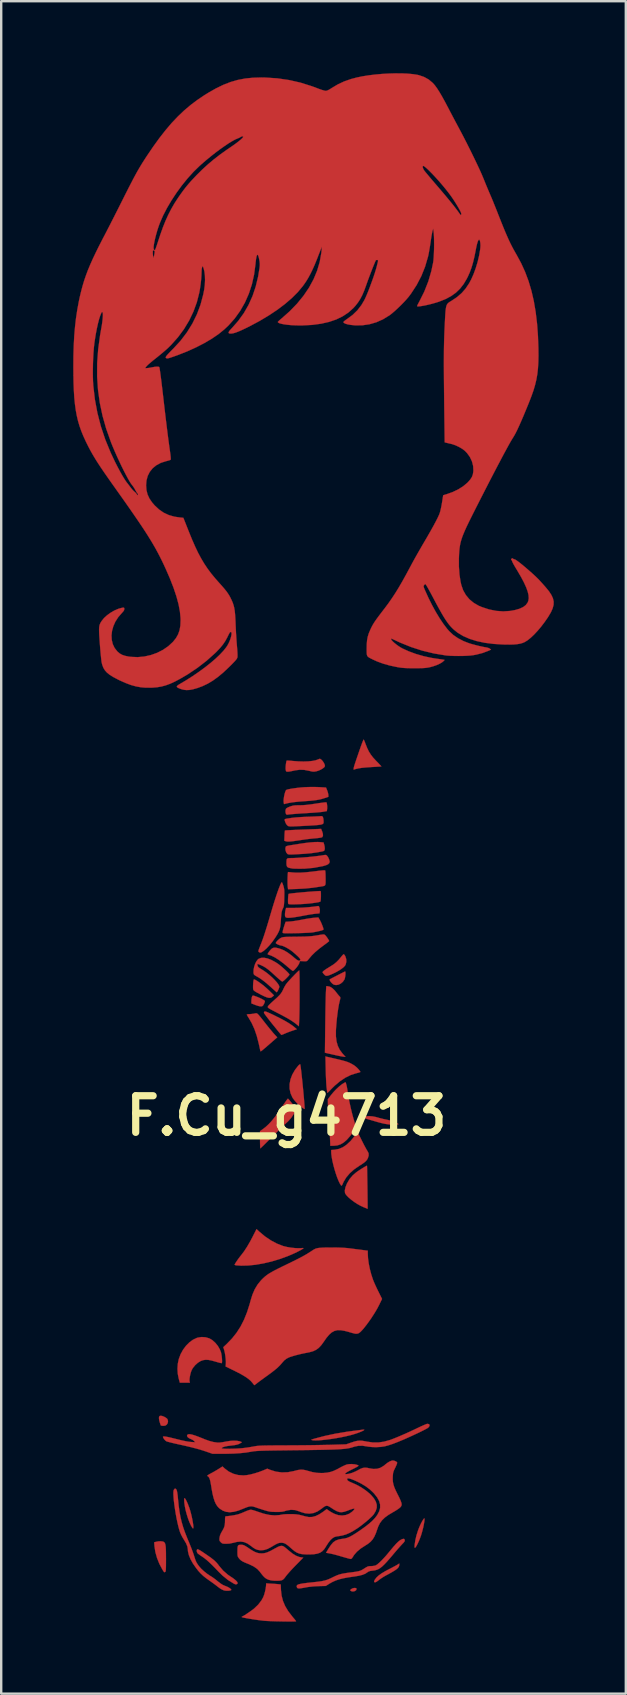
<source format=kicad_pcb>
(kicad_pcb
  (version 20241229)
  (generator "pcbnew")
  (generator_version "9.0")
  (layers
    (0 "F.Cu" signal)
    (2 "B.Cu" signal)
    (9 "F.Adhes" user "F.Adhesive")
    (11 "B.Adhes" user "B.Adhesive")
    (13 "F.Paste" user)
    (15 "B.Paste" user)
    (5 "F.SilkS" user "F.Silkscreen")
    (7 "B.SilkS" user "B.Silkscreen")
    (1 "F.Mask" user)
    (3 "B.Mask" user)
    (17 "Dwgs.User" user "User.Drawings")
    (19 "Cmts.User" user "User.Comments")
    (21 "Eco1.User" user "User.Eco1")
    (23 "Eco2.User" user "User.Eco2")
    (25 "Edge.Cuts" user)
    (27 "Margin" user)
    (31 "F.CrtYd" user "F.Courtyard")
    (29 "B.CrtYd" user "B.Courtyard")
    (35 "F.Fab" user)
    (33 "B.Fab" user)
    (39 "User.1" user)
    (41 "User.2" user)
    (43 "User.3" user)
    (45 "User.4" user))
  (footprint "F.Cu_g4713"
    (layer "F.Cu")
    (at 8.879 43.417)
    (property "Reference" "F.Cu_g4713" (at 0 0 0) (layer "F.SilkS") (effects (font (size 1.524 1.524) (thickness 0.3))))
    (attr through_hole)
    (fp_poly (pts (xy 2.874 19.664) (xy 2.912 19.682) (xy 2.921 19.705) (xy 2.902 19.754) (xy 2.855 19.79) (xy 2.792 19.808) (xy 2.726 19.805) (xy 2.679 19.784) (xy 2.656 19.763) (xy 2.66 19.744) (xy 2.695 19.713) (xy 2.699 19.71) (xy 2.756 19.679) (xy 2.818 19.663) (xy 2.874 19.664)) (stroke (width 0.01) (type solid)) (fill yes) (layer "F.Cu"))
    (fp_poly (pts (xy -5.178 12.5) (xy -5.103 12.528) (xy -5.029 12.568) (xy -4.972 12.612) (xy -4.953 12.637) (xy -4.932 12.717) (xy -4.945 12.798) (xy -4.984 12.86) (xy -5.033 12.896) (xy -5.096 12.91) (xy -5.133 12.912) (xy -5.198 12.906) (xy -5.234 12.891) (xy -5.238 12.885) (xy -5.248 12.851) (xy -5.267 12.792) (xy -5.281 12.749) (xy -5.3 12.671) (xy -5.309 12.598) (xy -5.309 12.569) (xy -5.299 12.52) (xy -5.272 12.498) (xy -5.238 12.493) (xy -5.178 12.5)) (stroke (width 0.01) (type solid)) (fill yes) (layer "F.Cu"))
    (fp_poly (pts (xy -1.333 -4.994) (xy -1.258 -4.967) (xy -1.206 -4.947) (xy -1.117 -4.909) (xy -1.032 -4.868) (xy -0.96 -4.828) (xy -0.911 -4.795) (xy -0.898 -4.781) (xy -0.9 -4.752) (xy -0.917 -4.7) (xy -0.935 -4.661) (xy -0.968 -4.601) (xy -0.998 -4.57) (xy -1.038 -4.558) (xy -1.058 -4.556) (xy -1.119 -4.562) (xy -1.204 -4.584) (xy -1.296 -4.616) (xy -1.46 -4.681) (xy -1.46 -4.782) (xy -1.455 -4.86) (xy -1.443 -4.932) (xy -1.437 -4.951) (xy -1.424 -4.984) (xy -1.407 -5.003) (xy -1.38 -5.006) (xy -1.333 -4.994)) (stroke (width 0.01) (type solid)) (fill yes) (layer "F.Cu"))
    (fp_poly (pts (xy -4.224 15.936) (xy -4.193 15.983) (xy -4.154 16.057) (xy -4.111 16.154) (xy -4.066 16.27) (xy -4.047 16.321) (xy -4.012 16.429) (xy -3.979 16.549) (xy -3.948 16.676) (xy -3.922 16.801) (xy -3.9 16.919) (xy -3.884 17.023) (xy -3.876 17.107) (xy -3.877 17.164) (xy -3.888 17.187) (xy -3.889 17.187) (xy -3.909 17.17) (xy -3.94 17.125) (xy -3.974 17.066) (xy -4.038 16.929) (xy -4.098 16.771) (xy -4.152 16.6) (xy -4.198 16.427) (xy -4.232 16.26) (xy -4.254 16.108) (xy -4.26 15.982) (xy -4.257 15.943) (xy -4.247 15.922) (xy -4.224 15.936)) (stroke (width 0.01) (type solid)) (fill yes) (layer "F.Cu"))
    (fp_poly (pts (xy 2.454 -5.993) (xy 2.458 -5.944) (xy 2.456 -5.877) (xy 2.447 -5.803) (xy 2.434 -5.733) (xy 2.417 -5.68) (xy 2.414 -5.674) (xy 2.348 -5.58) (xy 2.262 -5.507) (xy 2.165 -5.46) (xy 2.066 -5.444) (xy 1.979 -5.46) (xy 1.931 -5.489) (xy 1.881 -5.535) (xy 1.837 -5.587) (xy 1.807 -5.636) (xy 1.797 -5.672) (xy 1.803 -5.682) (xy 1.826 -5.695) (xy 1.879 -5.724) (xy 1.954 -5.763) (xy 2.042 -5.809) (xy 2.137 -5.858) (xy 2.231 -5.906) (xy 2.316 -5.949) (xy 2.384 -5.984) (xy 2.429 -6.006) (xy 2.442 -6.011) (xy 2.454 -5.993)) (stroke (width 0.01) (type solid)) (fill yes) (layer "F.Cu"))
    (fp_poly (pts (xy -1.331 -5.677) (xy -1.278 -5.652) (xy -1.205 -5.607) (xy -1.117 -5.546) (xy -1.021 -5.475) (xy -0.922 -5.396) (xy -0.826 -5.314) (xy -0.739 -5.233) (xy -0.732 -5.226) (xy -0.519 -5.016) (xy -0.578 -4.963) (xy -0.626 -4.929) (xy -0.678 -4.912) (xy -0.74 -4.913) (xy -0.818 -4.933) (xy -0.919 -4.974) (xy -1.047 -5.036) (xy -1.082 -5.054) (xy -1.202 -5.118) (xy -1.289 -5.168) (xy -1.344 -5.207) (xy -1.375 -5.239) (xy -1.38 -5.249) (xy -1.388 -5.293) (xy -1.391 -5.362) (xy -1.389 -5.446) (xy -1.384 -5.531) (xy -1.376 -5.607) (xy -1.366 -5.661) (xy -1.358 -5.678) (xy -1.331 -5.677)) (stroke (width 0.01) (type solid)) (fill yes) (layer "F.Cu"))
    (fp_poly (pts (xy 5.751 16.783) (xy 5.749 16.836) (xy 5.739 16.916) (xy 5.722 17.015) (xy 5.699 17.128) (xy 5.67 17.246) (xy 5.639 17.362) (xy 5.606 17.471) (xy 5.606 17.471) (xy 5.565 17.584) (xy 5.52 17.696) (xy 5.473 17.799) (xy 5.429 17.887) (xy 5.391 17.951) (xy 5.362 17.985) (xy 5.357 17.988) (xy 5.342 17.986) (xy 5.335 17.962) (xy 5.336 17.908) (xy 5.341 17.852) (xy 5.368 17.674) (xy 5.414 17.476) (xy 5.478 17.272) (xy 5.515 17.174) (xy 5.557 17.074) (xy 5.603 16.977) (xy 5.649 16.89) (xy 5.691 16.82) (xy 5.724 16.776) (xy 5.742 16.764) (xy 5.751 16.783)) (stroke (width 0.01) (type solid)) (fill yes) (layer "F.Cu"))
    (fp_poly (pts (xy 4.699 18.693) (xy 4.693 18.743) (xy 4.674 18.789) (xy 4.636 18.837) (xy 4.578 18.888) (xy 4.494 18.945) (xy 4.381 19.012) (xy 4.235 19.093) (xy 4.154 19.136) (xy 4.056 19.191) (xy 3.955 19.256) (xy 3.868 19.317) (xy 3.853 19.329) (xy 3.771 19.391) (xy 3.713 19.424) (xy 3.674 19.428) (xy 3.651 19.409) (xy 3.653 19.379) (xy 3.673 19.331) (xy 3.683 19.315) (xy 3.749 19.229) (xy 3.841 19.143) (xy 3.964 19.055) (xy 4.121 18.961) (xy 4.251 18.892) (xy 4.361 18.836) (xy 4.463 18.782) (xy 4.549 18.736) (xy 4.609 18.701) (xy 4.63 18.689) (xy 4.699 18.644) (xy 4.699 18.693)) (stroke (width 0.01) (type solid)) (fill yes) (layer "F.Cu"))
    (fp_poly (pts (xy 1.353 -8.722) (xy 1.371 -8.68) (xy 1.377 -8.66) (xy 1.391 -8.586) (xy 1.39 -8.512) (xy 1.389 -8.503) (xy 1.375 -8.43) (xy 1.211 -8.415) (xy 1.134 -8.406) (xy 1.026 -8.39) (xy 0.9 -8.369) (xy 0.766 -8.345) (xy 0.688 -8.33) (xy 0.481 -8.292) (xy 0.307 -8.264) (xy 0.168 -8.249) (xy 0.066 -8.244) (xy 0.011 -8.25) (xy -0.032 -8.269) (xy -0.047 -8.284) (xy -0.06 -8.33) (xy -0.062 -8.403) (xy -0.054 -8.489) (xy -0.04 -8.563) (xy -0.016 -8.657) (xy 0.325 -8.657) (xy 0.505 -8.661) (xy 0.7 -8.67) (xy 0.898 -8.685) (xy 1.085 -8.704) (xy 1.247 -8.725) (xy 1.285 -8.732) (xy 1.329 -8.736) (xy 1.353 -8.722)) (stroke (width 0.01) (type solid)) (fill yes) (layer "F.Cu"))
    (fp_poly (pts (xy -5.16 17.726) (xy -5.119 17.739) (xy -5.09 17.759) (xy -5.067 17.787) (xy -5.049 17.827) (xy -5.036 17.885) (xy -5.027 17.964) (xy -5.021 18.07) (xy -5.018 18.208) (xy -5.017 18.382) (xy -5.016 18.444) (xy -5.017 18.611) (xy -5.018 18.74) (xy -5.02 18.836) (xy -5.023 18.905) (xy -5.028 18.95) (xy -5.035 18.978) (xy -5.044 18.991) (xy -5.05 18.995) (xy -5.083 19.006) (xy -5.091 19.008) (xy -5.105 18.991) (xy -5.134 18.947) (xy -5.172 18.886) (xy -5.174 18.882) (xy -5.293 18.657) (xy -5.389 18.417) (xy -5.458 18.172) (xy -5.495 17.937) (xy -5.496 17.925) (xy -5.509 17.762) (xy -5.427 17.74) (xy -5.335 17.722) (xy -5.241 17.718) (xy -5.16 17.726)) (stroke (width 0.01) (type solid)) (fill yes) (layer "F.Cu"))
    (fp_poly (pts (xy 0.58 -2.119) (xy 0.59 -2.056) (xy 0.602 -1.963) (xy 0.617 -1.843) (xy 0.632 -1.702) (xy 0.649 -1.546) (xy 0.666 -1.379) (xy 0.683 -1.207) (xy 0.7 -1.036) (xy 0.715 -0.87) (xy 0.729 -0.714) (xy 0.74 -0.575) (xy 0.749 -0.456) (xy 0.755 -0.365) (xy 0.757 -0.305) (xy 0.755 -0.282) (xy 0.736 -0.29) (xy 0.692 -0.316) (xy 0.644 -0.347) (xy 0.549 -0.421) (xy 0.449 -0.516) (xy 0.354 -0.619) (xy 0.277 -0.718) (xy 0.249 -0.762) (xy 0.17 -0.94) (xy 0.131 -1.127) (xy 0.131 -1.322) (xy 0.169 -1.521) (xy 0.245 -1.72) (xy 0.359 -1.916) (xy 0.478 -2.07) (xy 0.522 -2.117) (xy 0.558 -2.143) (xy 0.573 -2.145) (xy 0.58 -2.119)) (stroke (width 0.01) (type solid)) (fill yes) (layer "F.Cu"))
    (fp_poly (pts (xy 3.242 13.076) (xy 3.228 13.093) (xy 3.187 13.118) (xy 3.122 13.148) (xy 3.037 13.182) (xy 2.937 13.219) (xy 2.826 13.255) (xy 2.708 13.29) (xy 2.661 13.302) (xy 2.479 13.346) (xy 2.285 13.387) (xy 2.086 13.423) (xy 1.886 13.455) (xy 1.693 13.481) (xy 1.513 13.501) (xy 1.352 13.514) (xy 1.216 13.518) (xy 1.112 13.514) (xy 1.069 13.507) (xy 1.041 13.499) (xy 1.037 13.49) (xy 1.063 13.478) (xy 1.122 13.459) (xy 1.164 13.446) (xy 1.587 13.334) (xy 2.042 13.237) (xy 2.521 13.157) (xy 2.762 13.124) (xy 2.883 13.109) (xy 2.994 13.095) (xy 3.086 13.083) (xy 3.149 13.075) (xy 3.17 13.072) (xy 3.224 13.068) (xy 3.242 13.076)) (stroke (width 0.01) (type solid)) (fill yes) (layer "F.Cu"))
    (fp_poly (pts (xy 3.586 0.024) (xy 3.725 0.051) (xy 3.789 0.069) (xy 3.901 0.1) (xy 4.03 0.132) (xy 4.148 0.157) (xy 4.157 0.159) (xy 4.337 0.199) (xy 4.487 0.248) (xy 4.6 0.303) (xy 4.61 0.31) (xy 4.667 0.347) (xy 4.614 0.362) (xy 4.55 0.373) (xy 4.464 0.375) (xy 4.349 0.367) (xy 4.268 0.359) (xy 4.185 0.348) (xy 4.106 0.335) (xy 4.023 0.318) (xy 3.928 0.295) (xy 3.812 0.264) (xy 3.669 0.223) (xy 3.577 0.196) (xy 3.438 0.156) (xy 3.336 0.125) (xy 3.267 0.101) (xy 3.225 0.084) (xy 3.208 0.071) (xy 3.211 0.059) (xy 3.23 0.048) (xy 3.249 0.039) (xy 3.337 0.017) (xy 3.453 0.013) (xy 3.586 0.024)) (stroke (width 0.01) (type solid)) (fill yes) (layer "F.Cu"))
    (fp_poly (pts (xy 2.407 -6.713) (xy 2.438 -6.669) (xy 2.456 -6.634) (xy 2.49 -6.525) (xy 2.493 -6.41) (xy 2.467 -6.304) (xy 2.437 -6.249) (xy 2.382 -6.19) (xy 2.296 -6.122) (xy 2.187 -6.051) (xy 2.064 -5.981) (xy 1.935 -5.919) (xy 1.933 -5.918) (xy 1.822 -5.87) (xy 1.742 -5.841) (xy 1.685 -5.829) (xy 1.642 -5.833) (xy 1.606 -5.853) (xy 1.569 -5.888) (xy 1.53 -5.934) (xy 1.506 -5.97) (xy 1.503 -5.98) (xy 1.521 -6.01) (xy 1.574 -6.056) (xy 1.657 -6.114) (xy 1.767 -6.182) (xy 1.799 -6.201) (xy 1.952 -6.298) (xy 2.077 -6.396) (xy 2.185 -6.506) (xy 2.254 -6.59) (xy 2.306 -6.654) (xy 2.35 -6.703) (xy 2.38 -6.728) (xy 2.385 -6.73) (xy 2.407 -6.713)) (stroke (width 0.01) (type solid)) (fill yes) (layer "F.Cu"))
    (fp_poly (pts (xy -0.846 -4.335) (xy -0.779 -4.309) (xy -0.684 -4.267) (xy -0.558 -4.208) (xy -0.465 -4.162) (xy -0.238 -4.048) (xy -0.047 -3.945) (xy 0.112 -3.85) (xy 0.243 -3.761) (xy 0.348 -3.678) (xy 0.432 -3.605) (xy 0.253 -3.546) (xy 0.15 -3.51) (xy 0.042 -3.469) (xy -0.05 -3.431) (xy -0.061 -3.426) (xy -0.13 -3.396) (xy -0.183 -3.375) (xy -0.209 -3.366) (xy -0.209 -3.366) (xy -0.225 -3.383) (xy -0.264 -3.427) (xy -0.323 -3.497) (xy -0.396 -3.587) (xy -0.482 -3.693) (xy -0.577 -3.81) (xy -0.58 -3.813) (xy -0.674 -3.932) (xy -0.76 -4.042) (xy -0.832 -4.137) (xy -0.889 -4.214) (xy -0.926 -4.266) (xy -0.939 -4.291) (xy -0.939 -4.291) (xy -0.926 -4.329) (xy -0.91 -4.344) (xy -0.888 -4.346) (xy -0.846 -4.335)) (stroke (width 0.01) (type solid)) (fill yes) (layer "F.Cu"))
    (fp_poly (pts (xy 1.391 -11.398) (xy 1.545 -11.384) (xy 1.575 -11.28) (xy 1.591 -11.203) (xy 1.596 -11.129) (xy 1.594 -11.104) (xy 1.584 -11.059) (xy 1.563 -11.034) (xy 1.519 -11.017) (xy 1.476 -11.007) (xy 1.264 -10.968) (xy 1.037 -10.937) (xy 0.785 -10.913) (xy 0.603 -10.902) (xy 0.441 -10.893) (xy 0.316 -10.887) (xy 0.222 -10.883) (xy 0.154 -10.882) (xy 0.107 -10.884) (xy 0.076 -10.889) (xy 0.055 -10.897) (xy 0.04 -10.907) (xy -0.005 -10.963) (xy -0.034 -11.04) (xy -0.045 -11.123) (xy -0.033 -11.196) (xy -0.024 -11.214) (xy 0.004 -11.231) (xy 0.063 -11.248) (xy 0.138 -11.262) (xy 0.14 -11.262) (xy 0.223 -11.275) (xy 0.332 -11.292) (xy 0.45 -11.311) (xy 0.529 -11.324) (xy 0.755 -11.358) (xy 0.962 -11.383) (xy 1.146 -11.398) (xy 1.299 -11.402) (xy 1.391 -11.398)) (stroke (width 0.01) (type solid)) (fill yes) (layer "F.Cu"))
    (fp_poly (pts (xy 1.605 -10.22) (xy 1.614 -10.215) (xy 1.619 -10.186) (xy 1.624 -10.124) (xy 1.628 -10.035) (xy 1.629 -9.93) (xy 1.63 -9.892) (xy 1.63 -9.772) (xy 1.629 -9.687) (xy 1.622 -9.631) (xy 1.604 -9.596) (xy 1.573 -9.576) (xy 1.524 -9.563) (xy 1.452 -9.551) (xy 1.429 -9.547) (xy 1.103 -9.498) (xy 0.781 -9.465) (xy 0.452 -9.447) (xy 0.067 -9.434) (xy 0.052 -9.557) (xy 0.048 -9.616) (xy 0.046 -9.698) (xy 0.046 -9.794) (xy 0.047 -9.894) (xy 0.051 -9.989) (xy 0.055 -10.07) (xy 0.061 -10.127) (xy 0.067 -10.149) (xy 0.09 -10.15) (xy 0.145 -10.146) (xy 0.22 -10.138) (xy 0.244 -10.135) (xy 0.392 -10.125) (xy 0.573 -10.126) (xy 0.789 -10.139) (xy 1.042 -10.165) (xy 1.241 -10.19) (xy 1.387 -10.208) (xy 1.494 -10.219) (xy 1.566 -10.223) (xy 1.605 -10.22)) (stroke (width 0.01) (type solid)) (fill yes) (layer "F.Cu"))
    (fp_poly (pts (xy 1.27 -13.691) (xy 1.391 -13.686) (xy 1.401 -13.685) (xy 1.648 -13.67) (xy 1.695 -13.554) (xy 1.722 -13.475) (xy 1.74 -13.398) (xy 1.744 -13.361) (xy 1.746 -13.284) (xy 1.577 -13.227) (xy 1.477 -13.196) (xy 1.374 -13.171) (xy 1.26 -13.15) (xy 1.128 -13.133) (xy 0.969 -13.117) (xy 0.776 -13.103) (xy 0.762 -13.102) (xy 0.537 -13.085) (xy 0.348 -13.066) (xy 0.192 -13.045) (xy 0.062 -13.021) (xy 0.007 -13.008) (xy -0.102 -12.98) (xy -0.115 -13.05) (xy -0.119 -13.117) (xy -0.113 -13.205) (xy -0.098 -13.304) (xy -0.077 -13.401) (xy -0.053 -13.485) (xy -0.027 -13.546) (xy -0.011 -13.567) (xy 0.027 -13.584) (xy 0.1 -13.602) (xy 0.201 -13.621) (xy 0.321 -13.64) (xy 0.455 -13.657) (xy 0.593 -13.672) (xy 0.729 -13.683) (xy 0.836 -13.688) (xy 0.975 -13.692) (xy 1.126 -13.693) (xy 1.27 -13.691)) (stroke (width 0.01) (type solid)) (fill yes) (layer "F.Cu"))
    (fp_poly (pts (xy 0.083 -0.697) (xy 0.123 -0.652) (xy 0.177 -0.587) (xy 0.24 -0.509) (xy 0.24 -0.508) (xy 0.398 -0.307) (xy 0.359 -0.204) (xy 0.292 -0.057) (xy 0.204 0.077) (xy 0.09 0.208) (xy -0.011 0.304) (xy -0.077 0.365) (xy -0.167 0.451) (xy -0.274 0.555) (xy -0.392 0.671) (xy -0.516 0.793) (xy -0.637 0.915) (xy -0.748 1.027) (xy -0.85 1.128) (xy -0.938 1.215) (xy -1.009 1.284) (xy -1.059 1.332) (xy -1.084 1.354) (xy -1.087 1.355) (xy -1.091 1.335) (xy -1.095 1.279) (xy -1.098 1.195) (xy -1.1 1.089) (xy -1.101 0.996) (xy -1.101 0.637) (xy -1 0.568) (xy -0.87 0.469) (xy -0.739 0.348) (xy -0.604 0.201) (xy -0.462 0.024) (xy -0.311 -0.185) (xy -0.16 -0.409) (xy -0.093 -0.51) (xy -0.033 -0.596) (xy 0.016 -0.663) (xy 0.05 -0.705) (xy 0.063 -0.716) (xy 0.083 -0.697)) (stroke (width 0.01) (type solid)) (fill yes) (layer "F.Cu"))
    (fp_poly (pts (xy 1.483 -11.853) (xy 1.516 -11.747) (xy 1.521 -11.666) (xy 1.497 -11.611) (xy 1.478 -11.597) (xy 1.439 -11.586) (xy 1.369 -11.574) (xy 1.277 -11.563) (xy 1.187 -11.555) (xy 1.073 -11.544) (xy 0.933 -11.529) (xy 0.784 -11.51) (xy 0.641 -11.489) (xy 0.614 -11.485) (xy 0.434 -11.458) (xy 0.291 -11.438) (xy 0.179 -11.426) (xy 0.095 -11.42) (xy 0.032 -11.422) (xy -0.014 -11.429) (xy -0.029 -11.434) (xy -0.089 -11.456) (xy -0.081 -11.664) (xy -0.077 -11.754) (xy -0.071 -11.826) (xy -0.066 -11.871) (xy -0.063 -11.882) (xy -0.04 -11.885) (xy 0.02 -11.889) (xy 0.111 -11.894) (xy 0.229 -11.9) (xy 0.368 -11.907) (xy 0.523 -11.913) (xy 0.572 -11.915) (xy 0.737 -11.921) (xy 0.894 -11.927) (xy 1.038 -11.933) (xy 1.16 -11.937) (xy 1.254 -11.941) (xy 1.314 -11.943) (xy 1.32 -11.944) (xy 1.444 -11.949) (xy 1.483 -11.853)) (stroke (width 0.01) (type solid)) (fill yes) (layer "F.Cu"))
    (fp_poly (pts (xy 1.844 -2.421) (xy 2.031 -2.378) (xy 2.183 -2.342) (xy 2.305 -2.312) (xy 2.402 -2.286) (xy 2.48 -2.263) (xy 2.544 -2.241) (xy 2.601 -2.218) (xy 2.655 -2.193) (xy 2.679 -2.182) (xy 2.815 -2.104) (xy 2.93 -2.011) (xy 2.972 -1.968) (xy 3.026 -1.908) (xy 3.064 -1.858) (xy 3.079 -1.828) (xy 3.077 -1.823) (xy 3.049 -1.811) (xy 2.991 -1.793) (xy 2.914 -1.774) (xy 2.9 -1.77) (xy 2.677 -1.699) (xy 2.452 -1.588) (xy 2.228 -1.438) (xy 2.008 -1.253) (xy 1.888 -1.135) (xy 1.82 -1.064) (xy 1.763 -1.006) (xy 1.723 -0.967) (xy 1.706 -0.953) (xy 1.706 -0.953) (xy 1.701 -0.972) (xy 1.692 -1.025) (xy 1.682 -1.102) (xy 1.673 -1.169) (xy 1.665 -1.253) (xy 1.657 -1.37) (xy 1.65 -1.511) (xy 1.643 -1.667) (xy 1.638 -1.83) (xy 1.636 -1.929) (xy 1.624 -2.472) (xy 1.844 -2.421)) (stroke (width 0.01) (type solid)) (fill yes) (layer "F.Cu"))
    (fp_poly (pts (xy -3.673 18.059) (xy -3.63 18.08) (xy -3.565 18.118) (xy -3.476 18.177) (xy -3.373 18.247) (xy -3.232 18.344) (xy -3.12 18.425) (xy -3.032 18.494) (xy -2.961 18.558) (xy -2.9 18.621) (xy -2.844 18.689) (xy -2.804 18.744) (xy -2.641 18.936) (xy -2.445 19.107) (xy -2.326 19.189) (xy -2.198 19.276) (xy -2.106 19.351) (xy -2.05 19.413) (xy -2.031 19.461) (xy -2.05 19.495) (xy -2.065 19.503) (xy -2.098 19.513) (xy -2.126 19.511) (xy -2.166 19.495) (xy -2.212 19.471) (xy -2.439 19.328) (xy -2.66 19.149) (xy -2.813 18.999) (xy -2.97 18.835) (xy -3.105 18.699) (xy -3.222 18.587) (xy -3.326 18.495) (xy -3.422 18.419) (xy -3.506 18.36) (xy -3.583 18.308) (xy -3.647 18.262) (xy -3.689 18.229) (xy -3.7 18.219) (xy -3.729 18.164) (xy -3.738 18.106) (xy -3.723 18.063) (xy -3.718 18.058) (xy -3.701 18.052) (xy -3.673 18.059)) (stroke (width 0.01) (type solid)) (fill yes) (layer "F.Cu"))
    (fp_poly (pts (xy 1.387 -8.16) (xy 1.422 -8.093) (xy 1.46 -8.01) (xy 1.495 -7.923) (xy 1.524 -7.843) (xy 1.542 -7.783) (xy 1.545 -7.76) (xy 1.525 -7.742) (xy 1.466 -7.719) (xy 1.372 -7.694) (xy 1.247 -7.667) (xy 1.101 -7.639) (xy 1.042 -7.632) (xy 0.948 -7.625) (xy 0.826 -7.619) (xy 0.685 -7.613) (xy 0.532 -7.608) (xy 0.408 -7.605) (xy 0.238 -7.602) (xy 0.106 -7.6) (xy 0.007 -7.6) (xy -0.063 -7.602) (xy -0.111 -7.605) (xy -0.14 -7.611) (xy -0.155 -7.619) (xy -0.16 -7.627) (xy -0.159 -7.66) (xy -0.146 -7.723) (xy -0.124 -7.805) (xy -0.104 -7.87) (xy -0.035 -8.08) (xy 0.146 -8.091) (xy 0.235 -8.1) (xy 0.351 -8.116) (xy 0.482 -8.137) (xy 0.614 -8.161) (xy 0.649 -8.168) (xy 0.778 -8.193) (xy 0.91 -8.215) (xy 1.031 -8.233) (xy 1.128 -8.245) (xy 1.149 -8.247) (xy 1.328 -8.261) (xy 1.387 -8.16)) (stroke (width 0.01) (type solid)) (fill yes) (layer "F.Cu"))
    (fp_poly (pts (xy 1.509 -12.456) (xy 1.52 -12.435) (xy 1.535 -12.381) (xy 1.544 -12.308) (xy 1.545 -12.276) (xy 1.546 -12.242) (xy 1.546 -12.213) (xy 1.541 -12.188) (xy 1.53 -12.168) (xy 1.508 -12.151) (xy 1.472 -12.136) (xy 1.42 -12.124) (xy 1.347 -12.114) (xy 1.251 -12.104) (xy 1.128 -12.095) (xy 0.976 -12.086) (xy 0.791 -12.076) (xy 0.569 -12.065) (xy 0.339 -12.054) (xy 0.219 -12.05) (xy 0.135 -12.053) (xy 0.08 -12.063) (xy 0.064 -12.07) (xy 0.013 -12.115) (xy -0.032 -12.189) (xy -0.067 -12.281) (xy -0.072 -12.301) (xy -0.076 -12.331) (xy -0.067 -12.351) (xy -0.035 -12.364) (xy 0.029 -12.377) (xy 0.048 -12.38) (xy 0.202 -12.404) (xy 0.376 -12.424) (xy 0.577 -12.439) (xy 0.81 -12.451) (xy 0.963 -12.456) (xy 1.094 -12.461) (xy 1.214 -12.466) (xy 1.316 -12.471) (xy 1.391 -12.475) (xy 1.431 -12.479) (xy 1.48 -12.48) (xy 1.509 -12.456)) (stroke (width 0.01) (type solid)) (fill yes) (layer "F.Cu"))
    (fp_poly (pts (xy 1.657 -10.857) (xy 1.69 -10.831) (xy 1.691 -10.829) (xy 1.737 -10.764) (xy 1.775 -10.681) (xy 1.797 -10.601) (xy 1.799 -10.575) (xy 1.783 -10.522) (xy 1.734 -10.476) (xy 1.649 -10.436) (xy 1.524 -10.399) (xy 1.507 -10.396) (xy 1.132 -10.326) (xy 0.762 -10.292) (xy 0.569 -10.289) (xy 0.459 -10.29) (xy 0.363 -10.292) (xy 0.291 -10.294) (xy 0.249 -10.297) (xy 0.243 -10.298) (xy 0.21 -10.306) (xy 0.155 -10.316) (xy 0.144 -10.318) (xy 0.07 -10.338) (xy 0.026 -10.375) (xy 0.005 -10.436) (xy 0.000289 -10.516) (xy 0.002 -10.613) (xy 0.01 -10.676) (xy 0.031 -10.711) (xy 0.071 -10.727) (xy 0.135 -10.731) (xy 0.17 -10.732) (xy 0.31 -10.735) (xy 0.48 -10.743) (xy 0.67 -10.756) (xy 0.869 -10.772) (xy 1.067 -10.792) (xy 1.254 -10.813) (xy 1.419 -10.834) (xy 1.553 -10.856) (xy 1.556 -10.856) (xy 1.618 -10.865) (xy 1.657 -10.857)) (stroke (width 0.01) (type solid)) (fill yes) (layer "F.Cu"))
    (fp_poly (pts (xy 3.354 2.079) (xy 3.356 2.1) (xy 3.358 2.158) (xy 3.36 2.248) (xy 3.362 2.365) (xy 3.364 2.502) (xy 3.367 2.654) (xy 3.369 2.817) (xy 3.372 2.985) (xy 3.374 3.153) (xy 3.376 3.315) (xy 3.378 3.466) (xy 3.379 3.601) (xy 3.38 3.715) (xy 3.381 3.801) (xy 3.381 3.856) (xy 3.38 3.873) (xy 3.36 3.865) (xy 3.31 3.845) (xy 3.239 3.816) (xy 3.202 3.801) (xy 3.076 3.742) (xy 2.946 3.668) (xy 2.819 3.585) (xy 2.7 3.497) (xy 2.596 3.409) (xy 2.513 3.326) (xy 2.457 3.253) (xy 2.438 3.21) (xy 2.431 3.107) (xy 2.457 2.979) (xy 2.516 2.829) (xy 2.529 2.803) (xy 2.63 2.632) (xy 2.76 2.481) (xy 2.901 2.359) (xy 2.961 2.315) (xy 3.036 2.265) (xy 3.117 2.212) (xy 3.198 2.162) (xy 3.269 2.12) (xy 3.323 2.09) (xy 3.352 2.078) (xy 3.354 2.079)) (stroke (width 0.01) (type solid)) (fill yes) (layer "F.Cu"))
    (fp_poly (pts (xy -1.126 4.829) (xy -0.89 5.025) (xy -0.644 5.191) (xy -0.395 5.324) (xy -0.148 5.419) (xy -0.118 5.428) (xy 0.029 5.464) (xy 0.192 5.491) (xy 0.357 5.509) (xy 0.508 5.515) (xy 0.603 5.512) (xy 0.672 5.506) (xy 0.705 5.507) (xy 0.708 5.516) (xy 0.689 5.533) (xy 0.636 5.569) (xy 0.552 5.615) (xy 0.445 5.67) (xy 0.323 5.728) (xy 0.194 5.786) (xy 0.067 5.839) (xy 0.042 5.849) (xy -0.29 5.969) (xy -0.626 6.069) (xy -0.959 6.147) (xy -1.283 6.203) (xy -1.592 6.234) (xy -1.88 6.241) (xy -2.08 6.229) (xy -2.131 6.219) (xy -2.158 6.207) (xy -2.159 6.204) (xy -2.147 6.174) (xy -2.114 6.118) (xy -2.066 6.046) (xy -2.009 5.964) (xy -1.947 5.881) (xy -1.888 5.806) (xy -1.884 5.802) (xy -1.761 5.64) (xy -1.633 5.443) (xy -1.499 5.21) (xy -1.395 5.011) (xy -1.246 4.718) (xy -1.126 4.829)) (stroke (width 0.01) (type solid)) (fill yes) (layer "F.Cu"))
    (fp_poly (pts (xy 3.219 -15.668) (xy 3.232 -15.642) (xy 3.256 -15.587) (xy 3.284 -15.513) (xy 3.291 -15.494) (xy 3.361 -15.318) (xy 3.432 -15.171) (xy 3.512 -15.043) (xy 3.607 -14.92) (xy 3.726 -14.79) (xy 3.74 -14.776) (xy 3.817 -14.698) (xy 3.88 -14.631) (xy 3.927 -14.582) (xy 3.951 -14.554) (xy 3.953 -14.55) (xy 3.931 -14.548) (xy 3.874 -14.543) (xy 3.787 -14.538) (xy 3.677 -14.531) (xy 3.552 -14.524) (xy 3.535 -14.523) (xy 3.32 -14.508) (xy 3.144 -14.491) (xy 3.001 -14.469) (xy 2.888 -14.443) (xy 2.828 -14.423) (xy 2.803 -14.417) (xy 2.795 -14.433) (xy 2.801 -14.479) (xy 2.803 -14.49) (xy 2.81 -14.525) (xy 2.825 -14.576) (xy 2.846 -14.647) (xy 2.877 -14.739) (xy 2.917 -14.858) (xy 2.968 -15.006) (xy 3.03 -15.187) (xy 3.106 -15.404) (xy 3.118 -15.436) (xy 3.152 -15.528) (xy 3.182 -15.603) (xy 3.205 -15.652) (xy 3.218 -15.669) (xy 3.219 -15.668)) (stroke (width 0.01) (type solid)) (fill yes) (layer "F.Cu"))
    (fp_poly (pts (xy 1.419 -9.358) (xy 1.426 -9.357) (xy 1.432 -9.33) (xy 1.435 -9.272) (xy 1.436 -9.195) (xy 1.435 -9.11) (xy 1.431 -9.03) (xy 1.425 -8.965) (xy 1.418 -8.927) (xy 1.416 -8.923) (xy 1.381 -8.908) (xy 1.312 -8.891) (xy 1.213 -8.874) (xy 1.092 -8.858) (xy 0.956 -8.842) (xy 0.812 -8.829) (xy 0.666 -8.819) (xy 0.525 -8.812) (xy 0.493 -8.811) (xy 0.35 -8.807) (xy 0.245 -8.806) (xy 0.171 -8.807) (xy 0.122 -8.81) (xy 0.092 -8.816) (xy 0.077 -8.826) (xy 0.072 -8.834) (xy 0.067 -8.872) (xy 0.065 -8.936) (xy 0.066 -9.016) (xy 0.07 -9.098) (xy 0.076 -9.171) (xy 0.083 -9.223) (xy 0.09 -9.241) (xy 0.115 -9.248) (xy 0.176 -9.257) (xy 0.267 -9.268) (xy 0.381 -9.28) (xy 0.512 -9.293) (xy 0.654 -9.307) (xy 0.8 -9.319) (xy 0.944 -9.331) (xy 1.08 -9.342) (xy 1.202 -9.35) (xy 1.303 -9.356) (xy 1.378 -9.359) (xy 1.419 -9.358)) (stroke (width 0.01) (type solid)) (fill yes) (layer "F.Cu"))
    (fp_poly (pts (xy -1.227 -4.263) (xy -1.199 -4.243) (xy -1.163 -4.207) (xy -1.116 -4.153) (xy -1.054 -4.076) (xy -0.973 -3.973) (xy -0.869 -3.841) (xy -0.866 -3.836) (xy -0.778 -3.725) (xy -0.69 -3.617) (xy -0.608 -3.519) (xy -0.541 -3.439) (xy -0.497 -3.39) (xy -0.383 -3.267) (xy -0.578 -3.097) (xy -0.717 -2.976) (xy -0.828 -2.879) (xy -0.914 -2.806) (xy -0.978 -2.752) (xy -1.023 -2.716) (xy -1.053 -2.695) (xy -1.071 -2.686) (xy -1.081 -2.688) (xy -1.085 -2.696) (xy -1.088 -2.71) (xy -1.089 -2.713) (xy -1.098 -2.753) (xy -1.113 -2.823) (xy -1.133 -2.915) (xy -1.155 -3.014) (xy -1.235 -3.325) (xy -1.333 -3.611) (xy -1.448 -3.865) (xy -1.575 -4.082) (xy -1.614 -4.143) (xy -1.642 -4.191) (xy -1.651 -4.214) (xy -1.632 -4.226) (xy -1.585 -4.233) (xy -1.56 -4.233) (xy -1.485 -4.237) (xy -1.395 -4.248) (xy -1.345 -4.256) (xy -1.307 -4.264) (xy -1.277 -4.27) (xy -1.252 -4.271) (xy -1.227 -4.263)) (stroke (width 0.01) (type solid)) (fill yes) (layer "F.Cu"))
    (fp_poly (pts (xy 1.664 -13.054) (xy 1.68 -13.018) (xy 1.691 -12.953) (xy 1.697 -12.875) (xy 1.695 -12.797) (xy 1.694 -12.785) (xy 1.683 -12.69) (xy 1.545 -12.664) (xy 1.478 -12.654) (xy 1.379 -12.644) (xy 1.258 -12.633) (xy 1.125 -12.623) (xy 1.016 -12.616) (xy 0.795 -12.602) (xy 0.596 -12.59) (xy 0.421 -12.577) (xy 0.274 -12.566) (xy 0.159 -12.556) (xy 0.079 -12.547) (xy 0.037 -12.54) (xy 0.034 -12.539) (xy 0.001 -12.546) (xy -0.02 -12.57) (xy -0.038 -12.634) (xy -0.04 -12.709) (xy -0.025 -12.774) (xy -0.016 -12.792) (xy 0.017 -12.817) (xy 0.077 -12.849) (xy 0.152 -12.88) (xy 0.155 -12.881) (xy 0.227 -12.904) (xy 0.294 -12.92) (xy 0.368 -12.928) (xy 0.464 -12.932) (xy 0.546 -12.932) (xy 0.676 -12.935) (xy 0.819 -12.946) (xy 0.982 -12.965) (xy 1.176 -12.993) (xy 1.222 -13) (xy 1.351 -13.02) (xy 1.467 -13.036) (xy 1.561 -13.048) (xy 1.628 -13.054) (xy 1.661 -13.055) (xy 1.664 -13.054)) (stroke (width 0.01) (type solid)) (fill yes) (layer "F.Cu"))
    (fp_poly (pts (xy 1.409 -14.862) (xy 1.448 -14.836) (xy 1.501 -14.782) (xy 1.55 -14.712) (xy 1.586 -14.641) (xy 1.602 -14.58) (xy 1.601 -14.557) (xy 1.573 -14.514) (xy 1.514 -14.466) (xy 1.434 -14.418) (xy 1.343 -14.377) (xy 1.252 -14.348) (xy 1.241 -14.346) (xy 1.177 -14.335) (xy 1.121 -14.332) (xy 1.059 -14.339) (xy 0.977 -14.358) (xy 0.936 -14.368) (xy 0.741 -14.405) (xy 0.555 -14.411) (xy 0.362 -14.386) (xy 0.3 -14.372) (xy 0.209 -14.352) (xy 0.125 -14.337) (xy 0.063 -14.33) (xy 0.053 -14.33) (xy 0.008 -14.333) (xy -0.016 -14.35) (xy -0.028 -14.393) (xy -0.032 -14.42) (xy -0.035 -14.477) (xy -0.032 -14.553) (xy -0.024 -14.635) (xy -0.013 -14.711) (xy -0.001 -14.768) (xy 0.009 -14.791) (xy 0.034 -14.793) (xy 0.091 -14.791) (xy 0.173 -14.786) (xy 0.26 -14.777) (xy 0.491 -14.76) (xy 0.709 -14.754) (xy 0.906 -14.76) (xy 1.079 -14.778) (xy 1.221 -14.806) (xy 1.328 -14.846) (xy 1.33 -14.846) (xy 1.376 -14.866) (xy 1.409 -14.862)) (stroke (width 0.01) (type solid)) (fill yes) (layer "F.Cu"))
    (fp_poly (pts (xy 2.471 -1.378) (xy 2.487 -1.325) (xy 2.506 -1.25) (xy 2.524 -1.16) (xy 2.54 -1.065) (xy 2.552 -0.974) (xy 2.564 -0.886) (xy 2.585 -0.766) (xy 2.613 -0.624) (xy 2.646 -0.468) (xy 2.682 -0.308) (xy 2.719 -0.153) (xy 2.755 -0.012) (xy 2.788 0.105) (xy 2.798 0.138) (xy 2.836 0.27) (xy 2.858 0.377) (xy 2.861 0.467) (xy 2.842 0.55) (xy 2.801 0.635) (xy 2.735 0.733) (xy 2.652 0.842) (xy 2.518 0.995) (xy 2.388 1.109) (xy 2.257 1.187) (xy 2.12 1.233) (xy 1.972 1.248) (xy 1.966 1.248) (xy 1.827 1.249) (xy 1.812 0.884) (xy 1.805 0.733) (xy 1.795 0.557) (xy 1.783 0.373) (xy 1.77 0.2) (xy 1.763 0.116) (xy 1.752 -0.027) (xy 1.742 -0.172) (xy 1.734 -0.308) (xy 1.729 -0.422) (xy 1.727 -0.489) (xy 1.725 -0.692) (xy 1.846 -0.849) (xy 1.955 -0.982) (xy 2.074 -1.109) (xy 2.195 -1.221) (xy 2.306 -1.309) (xy 2.339 -1.331) (xy 2.398 -1.367) (xy 2.441 -1.391) (xy 2.458 -1.397) (xy 2.471 -1.378)) (stroke (width 0.01) (type solid)) (fill yes) (layer "F.Cu"))
    (fp_poly (pts (xy 2.962 0.728) (xy 2.989 0.752) (xy 3.022 0.804) (xy 3.065 0.884) (xy 3.122 0.998) (xy 3.168 1.09) (xy 3.225 1.202) (xy 3.28 1.305) (xy 3.327 1.391) (xy 3.363 1.452) (xy 3.378 1.475) (xy 3.421 1.563) (xy 3.423 1.661) (xy 3.389 1.767) (xy 3.357 1.826) (xy 3.314 1.88) (xy 3.255 1.934) (xy 3.173 1.994) (xy 3.061 2.066) (xy 3.03 2.085) (xy 2.817 2.233) (xy 2.636 2.394) (xy 2.49 2.567) (xy 2.382 2.746) (xy 2.361 2.794) (xy 2.329 2.865) (xy 2.307 2.902) (xy 2.289 2.911) (xy 2.271 2.896) (xy 2.271 2.895) (xy 2.221 2.817) (xy 2.167 2.704) (xy 2.111 2.565) (xy 2.056 2.406) (xy 2.004 2.236) (xy 1.957 2.062) (xy 1.917 1.892) (xy 1.887 1.733) (xy 1.868 1.593) (xy 1.863 1.497) (xy 1.863 1.424) (xy 2.016 1.411) (xy 2.185 1.379) (xy 2.349 1.309) (xy 2.509 1.2) (xy 2.668 1.052) (xy 2.826 0.862) (xy 2.841 0.843) (xy 2.881 0.788) (xy 2.912 0.749) (xy 2.938 0.728) (xy 2.962 0.728)) (stroke (width 0.01) (type solid)) (fill yes) (layer "F.Cu"))
    (fp_poly (pts (xy -3.37 9.223) (xy -3.214 9.268) (xy -3.211 9.269) (xy -3.085 9.343) (xy -2.965 9.451) (xy -2.858 9.582) (xy -2.773 9.729) (xy -2.728 9.844) (xy -2.711 9.916) (xy -2.697 10.004) (xy -2.687 10.097) (xy -2.682 10.183) (xy -2.682 10.253) (xy -2.69 10.294) (xy -2.693 10.299) (xy -2.718 10.299) (xy -2.774 10.287) (xy -2.855 10.266) (xy -2.95 10.238) (xy -2.954 10.237) (xy -3.119 10.191) (xy -3.255 10.165) (xy -3.369 10.161) (xy -3.472 10.176) (xy -3.569 10.211) (xy -3.572 10.212) (xy -3.691 10.286) (xy -3.805 10.389) (xy -3.9 10.508) (xy -3.943 10.584) (xy -3.976 10.667) (xy -4.004 10.768) (xy -4.025 10.874) (xy -4.037 10.97) (xy -4.037 11.045) (xy -4.034 11.061) (xy -4.021 11.113) (xy -4.44 11.113) (xy -4.488 10.938) (xy -4.526 10.742) (xy -4.538 10.531) (xy -4.524 10.323) (xy -4.484 10.131) (xy -4.483 10.128) (xy -4.408 9.928) (xy -4.306 9.742) (xy -4.182 9.576) (xy -4.042 9.435) (xy -3.89 9.324) (xy -3.731 9.249) (xy -3.695 9.238) (xy -3.535 9.213) (xy -3.37 9.223)) (stroke (width 0.01) (type solid)) (fill yes) (layer "F.Cu"))
    (fp_poly (pts (xy 1.81 -5.377) (xy 1.911 -5.315) (xy 2.015 -5.215) (xy 2.06 -5.158) (xy 2.117 -5.085) (xy 2.169 -5.022) (xy 2.207 -4.978) (xy 2.216 -4.969) (xy 2.234 -4.951) (xy 2.244 -4.93) (xy 2.244 -4.899) (xy 2.234 -4.847) (xy 2.214 -4.766) (xy 2.207 -4.736) (xy 2.181 -4.617) (xy 2.155 -4.465) (xy 2.13 -4.289) (xy 2.106 -4.099) (xy 2.086 -3.903) (xy 2.07 -3.712) (xy 2.06 -3.544) (xy 2.06 -3.306) (xy 2.086 -3.097) (xy 2.138 -2.913) (xy 2.219 -2.748) (xy 2.331 -2.597) (xy 2.353 -2.572) (xy 2.46 -2.455) (xy 2.399 -2.458) (xy 2.358 -2.463) (xy 2.284 -2.476) (xy 2.187 -2.495) (xy 2.075 -2.519) (xy 2.021 -2.531) (xy 1.907 -2.557) (xy 1.804 -2.58) (xy 1.721 -2.599) (xy 1.666 -2.612) (xy 1.653 -2.615) (xy 1.602 -2.627) (xy 1.616 -3.753) (xy 1.619 -3.977) (xy 1.622 -4.197) (xy 1.625 -4.407) (xy 1.629 -4.601) (xy 1.633 -4.775) (xy 1.636 -4.924) (xy 1.64 -5.042) (xy 1.643 -5.124) (xy 1.643 -5.138) (xy 1.658 -5.397) (xy 1.711 -5.397) (xy 1.81 -5.377)) (stroke (width 0.01) (type solid)) (fill yes) (layer "F.Cu"))
    (fp_poly (pts (xy 0.536 -6.033) (xy 0.539 -5.975) (xy 0.542 -5.885) (xy 0.544 -5.767) (xy 0.546 -5.626) (xy 0.547 -5.466) (xy 0.547 -5.294) (xy 0.547 -5.113) (xy 0.547 -4.929) (xy 0.546 -4.746) (xy 0.544 -4.57) (xy 0.542 -4.404) (xy 0.539 -4.254) (xy 0.536 -4.125) (xy 0.533 -4.022) (xy 0.532 -4.008) (xy 0.519 -3.729) (xy 0.402 -3.823) (xy 0.289 -3.908) (xy 0.151 -3.998) (xy -0.016 -4.095) (xy -0.217 -4.203) (xy -0.374 -4.284) (xy -0.484 -4.341) (xy -0.584 -4.393) (xy -0.666 -4.438) (xy -0.723 -4.471) (xy -0.743 -4.485) (xy -0.775 -4.515) (xy -0.778 -4.541) (xy -0.755 -4.579) (xy -0.726 -4.614) (xy -0.672 -4.668) (xy -0.6 -4.736) (xy -0.517 -4.81) (xy -0.5 -4.826) (xy -0.386 -4.928) (xy -0.299 -5.014) (xy -0.234 -5.09) (xy -0.184 -5.165) (xy -0.142 -5.246) (xy -0.129 -5.277) (xy -0.09 -5.357) (xy -0.04 -5.442) (xy -0.017 -5.478) (xy 0.018 -5.523) (xy 0.072 -5.587) (xy 0.141 -5.663) (xy 0.217 -5.746) (xy 0.297 -5.829) (xy 0.373 -5.908) (xy 0.44 -5.974) (xy 0.493 -6.024) (xy 0.526 -6.051) (xy 0.533 -6.054) (xy 0.536 -6.033)) (stroke (width 0.01) (type solid)) (fill yes) (layer "F.Cu"))
    (fp_poly (pts (xy -0.63 19.484) (xy -0.527 19.49) (xy -0.43 19.497) (xy -0.354 19.504) (xy -0.325 19.507) (xy -0.238 19.517) (xy -0.228 19.755) (xy -0.202 19.984) (xy -0.145 20.203) (xy -0.055 20.416) (xy 0.072 20.628) (xy 0.238 20.845) (xy 0.256 20.867) (xy 0.316 20.938) (xy 0.364 20.997) (xy 0.394 21.037) (xy 0.402 21.05) (xy 0.382 21.055) (xy 0.326 21.058) (xy 0.239 21.06) (xy 0.127 21.06) (xy -0.002 21.06) (xy -0.145 21.058) (xy -0.294 21.055) (xy -0.443 21.052) (xy -0.587 21.047) (xy -0.72 21.042) (xy -0.835 21.036) (xy -0.927 21.03) (xy -0.963 21.026) (xy -1.073 21.013) (xy -1.197 20.997) (xy -1.328 20.978) (xy -1.458 20.957) (xy -1.582 20.937) (xy -1.691 20.917) (xy -1.778 20.9) (xy -1.838 20.886) (xy -1.861 20.877) (xy -1.858 20.86) (xy -1.85 20.856) (xy -1.805 20.834) (xy -1.734 20.792) (xy -1.648 20.736) (xy -1.555 20.674) (xy -1.465 20.61) (xy -1.386 20.552) (xy -1.35 20.523) (xy -1.177 20.358) (xy -1.043 20.184) (xy -0.969 20.051) (xy -0.93 19.951) (xy -0.895 19.828) (xy -0.867 19.699) (xy -0.85 19.581) (xy -0.847 19.531) (xy -0.847 19.471) (xy -0.63 19.484)) (stroke (width 0.01) (type solid)) (fill yes) (layer "F.Cu"))
    (fp_poly (pts (xy -0.189 -9.725) (xy -0.174 -9.7) (xy -0.152 -9.646) (xy -0.128 -9.574) (xy -0.126 -9.57) (xy -0.11 -9.51) (xy -0.098 -9.453) (xy -0.091 -9.388) (xy -0.088 -9.306) (xy -0.089 -9.2) (xy -0.091 -9.079) (xy -0.095 -8.942) (xy -0.1 -8.839) (xy -0.107 -8.765) (xy -0.117 -8.711) (xy -0.13 -8.672) (xy -0.137 -8.658) (xy -0.165 -8.6) (xy -0.186 -8.542) (xy -0.202 -8.475) (xy -0.213 -8.392) (xy -0.223 -8.284) (xy -0.232 -8.149) (xy -0.242 -7.999) (xy -0.257 -7.879) (xy -0.279 -7.778) (xy -0.314 -7.684) (xy -0.364 -7.586) (xy -0.433 -7.471) (xy -0.476 -7.406) (xy -0.588 -7.247) (xy -0.708 -7.1) (xy -0.827 -6.974) (xy -0.938 -6.877) (xy -0.967 -6.856) (xy -1.035 -6.813) (xy -1.084 -6.797) (xy -1.125 -6.806) (xy -1.15 -6.821) (xy -1.163 -6.835) (xy -1.168 -6.855) (xy -1.162 -6.889) (xy -1.145 -6.943) (xy -1.113 -7.024) (xy -1.081 -7.104) (xy -1.034 -7.225) (xy -0.985 -7.358) (xy -0.933 -7.508) (xy -0.878 -7.679) (xy -0.816 -7.876) (xy -0.747 -8.105) (xy -0.67 -8.368) (xy -0.656 -8.414) (xy -0.585 -8.654) (xy -0.516 -8.878) (xy -0.451 -9.082) (xy -0.391 -9.262) (xy -0.336 -9.418) (xy -0.288 -9.545) (xy -0.247 -9.64) (xy -0.216 -9.701) (xy -0.194 -9.726) (xy -0.189 -9.725)) (stroke (width 0.01) (type solid)) (fill yes) (layer "F.Cu"))
    (fp_poly (pts (xy -0.791 -6.554) (xy -0.634 -6.494) (xy -0.465 -6.403) (xy -0.357 -6.333) (xy -0.287 -6.281) (xy -0.207 -6.215) (xy -0.123 -6.142) (xy -0.042 -6.068) (xy 0.03 -5.999) (xy 0.086 -5.94) (xy 0.12 -5.898) (xy 0.127 -5.882) (xy 0.112 -5.855) (xy 0.074 -5.809) (xy 0.02 -5.752) (xy -0.039 -5.693) (xy -0.097 -5.64) (xy -0.145 -5.603) (xy -0.172 -5.588) (xy -0.172 -5.588) (xy -0.198 -5.602) (xy -0.248 -5.641) (xy -0.318 -5.699) (xy -0.401 -5.773) (xy -0.482 -5.847) (xy -0.623 -5.976) (xy -0.743 -6.078) (xy -0.849 -6.157) (xy -0.948 -6.218) (xy -1.046 -6.266) (xy -1.098 -6.288) (xy -1.206 -6.329) (xy -1.206 -6.28) (xy -1.198 -6.232) (xy -1.168 -6.189) (xy -1.11 -6.144) (xy -1.048 -6.107) (xy -0.935 -6.036) (xy -0.817 -5.951) (xy -0.7 -5.856) (xy -0.589 -5.756) (xy -0.489 -5.656) (xy -0.404 -5.562) (xy -0.341 -5.478) (xy -0.304 -5.409) (xy -0.296 -5.374) (xy -0.305 -5.334) (xy -0.326 -5.279) (xy -0.353 -5.22) (xy -0.381 -5.172) (xy -0.403 -5.146) (xy -0.408 -5.144) (xy -0.424 -5.158) (xy -0.466 -5.195) (xy -0.528 -5.25) (xy -0.603 -5.318) (xy -0.624 -5.338) (xy -0.775 -5.472) (xy -0.904 -5.58) (xy -1.018 -5.667) (xy -1.124 -5.739) (xy -1.225 -5.798) (xy -1.296 -5.838) (xy -1.339 -5.868) (xy -1.36 -5.897) (xy -1.369 -5.935) (xy -1.372 -5.966) (xy -1.368 -6.085) (xy -1.344 -6.21) (xy -1.304 -6.329) (xy -1.251 -6.434) (xy -1.19 -6.512) (xy -1.155 -6.539) (xy -1.055 -6.577) (xy -0.932 -6.582) (xy -0.791 -6.554)) (stroke (width 0.01) (type solid)) (fill yes) (layer "F.Cu"))
    (fp_poly (pts (xy -1.833 17.867) (xy -1.789 17.878) (xy -1.739 17.9) (xy -1.674 17.939) (xy -1.585 17.998) (xy -1.574 18.006) (xy -1.44 18.093) (xy -1.33 18.155) (xy -1.233 18.195) (xy -1.141 18.217) (xy -1.045 18.224) (xy -1.032 18.224) (xy -0.947 18.218) (xy -0.861 18.201) (xy -0.767 18.167) (xy -0.657 18.116) (xy -0.523 18.043) (xy -0.477 18.017) (xy -0.365 17.956) (xy -0.279 17.921) (xy -0.21 17.909) (xy -0.151 17.918) (xy -0.12 17.932) (xy -0.086 17.955) (xy -0.028 18) (xy 0.043 18.059) (xy 0.103 18.111) (xy 0.257 18.234) (xy 0.398 18.32) (xy 0.53 18.371) (xy 0.603 18.387) (xy 0.7 18.4) (xy 0.386 18.72) (xy 0.284 18.825) (xy 0.185 18.931) (xy 0.097 19.03) (xy 0.024 19.114) (xy -0.025 19.176) (xy -0.029 19.182) (xy -0.088 19.26) (xy -0.135 19.308) (xy -0.181 19.336) (xy -0.208 19.346) (xy -0.287 19.359) (xy -0.392 19.364) (xy -0.506 19.362) (xy -0.612 19.352) (xy -0.648 19.346) (xy -0.743 19.321) (xy -0.824 19.286) (xy -0.899 19.234) (xy -0.974 19.159) (xy -1.058 19.055) (xy -1.108 18.987) (xy -1.215 18.872) (xy -1.362 18.769) (xy -1.55 18.677) (xy -1.596 18.659) (xy -1.72 18.609) (xy -1.812 18.566) (xy -1.88 18.524) (xy -1.933 18.48) (xy -1.978 18.428) (xy -1.982 18.423) (xy -2.009 18.385) (xy -2.027 18.35) (xy -2.036 18.308) (xy -2.04 18.248) (xy -2.041 18.159) (xy -2.04 18.123) (xy -2.038 18.015) (xy -2.031 17.943) (xy -2.015 17.898) (xy -1.986 17.875) (xy -1.939 17.866) (xy -1.88 17.865) (xy -1.833 17.867)) (stroke (width 0.01) (type solid)) (fill yes) (layer "F.Cu"))
    (fp_poly (pts (xy -4.588 15.557) (xy -4.582 15.566) (xy -4.564 15.609) (xy -4.548 15.685) (xy -4.532 15.797) (xy -4.518 15.943) (xy -4.489 16.225) (xy -4.456 16.474) (xy -4.415 16.701) (xy -4.365 16.916) (xy -4.303 17.129) (xy -4.226 17.35) (xy -4.131 17.59) (xy -4.069 17.738) (xy -4.014 17.871) (xy -3.959 18.01) (xy -3.909 18.143) (xy -3.868 18.257) (xy -3.852 18.309) (xy -3.815 18.425) (xy -3.786 18.511) (xy -3.757 18.578) (xy -3.724 18.637) (xy -3.683 18.699) (xy -3.632 18.768) (xy -3.548 18.864) (xy -3.436 18.967) (xy -3.309 19.068) (xy -3.177 19.158) (xy -3.133 19.184) (xy -3.076 19.221) (xy -2.998 19.277) (xy -2.913 19.343) (xy -2.858 19.388) (xy -2.749 19.473) (xy -2.657 19.532) (xy -2.569 19.572) (xy -2.545 19.581) (xy -2.464 19.613) (xy -2.391 19.652) (xy -2.334 19.691) (xy -2.301 19.725) (xy -2.3 19.75) (xy -2.301 19.75) (xy -2.341 19.768) (xy -2.407 19.778) (xy -2.486 19.78) (xy -2.562 19.773) (xy -2.609 19.762) (xy -2.686 19.728) (xy -2.763 19.683) (xy -2.852 19.618) (xy -2.9 19.58) (xy -2.958 19.535) (xy -3.038 19.476) (xy -3.13 19.41) (xy -3.196 19.363) (xy -3.346 19.256) (xy -3.468 19.158) (xy -3.572 19.06) (xy -3.67 18.952) (xy -3.764 18.832) (xy -3.896 18.642) (xy -3.997 18.46) (xy -4.066 18.289) (xy -4.102 18.135) (xy -4.106 18.065) (xy -4.124 17.942) (xy -4.179 17.805) (xy -4.27 17.652) (xy -4.328 17.558) (xy -4.383 17.453) (xy -4.425 17.358) (xy -4.43 17.345) (xy -4.468 17.226) (xy -4.506 17.083) (xy -4.543 16.921) (xy -4.579 16.747) (xy -4.612 16.567) (xy -4.641 16.385) (xy -4.667 16.209) (xy -4.687 16.042) (xy -4.701 15.892) (xy -4.708 15.764) (xy -4.708 15.664) (xy -4.699 15.598) (xy -4.694 15.584) (xy -4.659 15.533) (xy -4.625 15.524) (xy -4.588 15.557)) (stroke (width 0.01) (type solid)) (fill yes) (layer "F.Cu"))
    (fp_poly (pts (xy 4.902 17.622) (xy 4.913 17.635) (xy 4.929 17.677) (xy 4.92 17.721) (xy 4.881 17.775) (xy 4.834 17.823) (xy 4.791 17.868) (xy 4.727 17.939) (xy 4.647 18.029) (xy 4.557 18.133) (xy 4.462 18.245) (xy 4.433 18.28) (xy 4.292 18.446) (xy 4.173 18.581) (xy 4.071 18.688) (xy 3.982 18.772) (xy 3.902 18.835) (xy 3.827 18.88) (xy 3.752 18.91) (xy 3.674 18.93) (xy 3.588 18.942) (xy 3.588 18.942) (xy 3.496 18.954) (xy 3.432 18.972) (xy 3.382 19.002) (xy 3.369 19.012) (xy 3.282 19.069) (xy 3.167 19.116) (xy 3.019 19.154) (xy 2.833 19.185) (xy 2.812 19.188) (xy 2.575 19.222) (xy 2.374 19.259) (xy 2.201 19.302) (xy 2.05 19.353) (xy 1.914 19.414) (xy 1.785 19.486) (xy 1.757 19.504) (xy 1.64 19.579) (xy 1.333 19.587) (xy 1.102 19.6) (xy 0.895 19.624) (xy 0.804 19.64) (xy 0.679 19.664) (xy 0.587 19.678) (xy 0.524 19.683) (xy 0.482 19.678) (xy 0.455 19.665) (xy 0.449 19.66) (xy 0.425 19.612) (xy 0.433 19.562) (xy 0.45 19.542) (xy 0.483 19.522) (xy 0.536 19.505) (xy 0.613 19.488) (xy 0.718 19.471) (xy 0.856 19.453) (xy 1.031 19.434) (xy 1.069 19.43) (xy 1.244 19.411) (xy 1.386 19.393) (xy 1.501 19.374) (xy 1.599 19.352) (xy 1.687 19.325) (xy 1.773 19.292) (xy 1.867 19.249) (xy 1.931 19.217) (xy 2.038 19.166) (xy 2.133 19.126) (xy 2.228 19.094) (xy 2.332 19.069) (xy 2.455 19.047) (xy 2.607 19.025) (xy 2.667 19.018) (xy 2.809 18.999) (xy 2.917 18.983) (xy 2.999 18.967) (xy 3.065 18.948) (xy 3.122 18.924) (xy 3.178 18.893) (xy 3.243 18.852) (xy 3.247 18.849) (xy 3.324 18.801) (xy 3.382 18.772) (xy 3.434 18.758) (xy 3.496 18.754) (xy 3.517 18.754) (xy 3.601 18.748) (xy 3.681 18.734) (xy 3.718 18.722) (xy 3.779 18.685) (xy 3.861 18.616) (xy 3.96 18.521) (xy 4.072 18.402) (xy 4.194 18.264) (xy 4.322 18.109) (xy 4.333 18.096) (xy 4.459 17.944) (xy 4.565 17.825) (xy 4.656 17.736) (xy 4.734 17.674) (xy 4.803 17.637) (xy 4.82 17.63) (xy 4.873 17.617) (xy 4.902 17.622)) (stroke (width 0.01) (type solid)) (fill yes) (layer "F.Cu"))
    (fp_poly (pts (xy 1.561 -7.551) (xy 1.584 -7.544) (xy 1.604 -7.53) (xy 1.611 -7.523) (xy 1.646 -7.486) (xy 1.688 -7.431) (xy 1.729 -7.37) (xy 1.762 -7.316) (xy 1.778 -7.281) (xy 1.778 -7.278) (xy 1.762 -7.26) (xy 1.717 -7.224) (xy 1.652 -7.173) (xy 1.572 -7.115) (xy 1.569 -7.113) (xy 1.367 -6.961) (xy 1.195 -6.815) (xy 1.057 -6.68) (xy 1.013 -6.629) (xy 0.96 -6.566) (xy 0.912 -6.509) (xy 0.888 -6.48) (xy 0.861 -6.453) (xy 0.829 -6.439) (xy 0.779 -6.435) (xy 0.705 -6.438) (xy 0.565 -6.445) (xy 0.534 -6.355) (xy 0.509 -6.302) (xy 0.466 -6.236) (xy 0.413 -6.167) (xy 0.358 -6.105) (xy 0.31 -6.057) (xy 0.274 -6.034) (xy 0.268 -6.033) (xy 0.242 -6.047) (xy 0.194 -6.083) (xy 0.129 -6.135) (xy 0.085 -6.174) (xy -0.121 -6.346) (xy -0.308 -6.485) (xy -0.475 -6.592) (xy -0.621 -6.665) (xy -0.693 -6.69) (xy -0.747 -6.709) (xy -0.779 -6.726) (xy -0.783 -6.731) (xy -0.77 -6.766) (xy -0.735 -6.819) (xy -0.69 -6.879) (xy -0.641 -6.933) (xy -0.6 -6.97) (xy -0.591 -6.975) (xy -0.539 -6.997) (xy -0.484 -7.004) (xy -0.416 -6.996) (xy -0.325 -6.974) (xy -0.259 -6.953) (xy -0.107 -6.892) (xy 0.051 -6.799) (xy 0.22 -6.673) (xy 0.334 -6.575) (xy 0.427 -6.501) (xy 0.499 -6.462) (xy 0.551 -6.459) (xy 0.58 -6.491) (xy 0.575 -6.523) (xy 0.54 -6.573) (xy 0.473 -6.642) (xy 0.374 -6.733) (xy 0.254 -6.835) (xy 0.171 -6.898) (xy 0.076 -6.959) (xy -0.022 -7.015) (xy -0.113 -7.058) (xy -0.186 -7.085) (xy -0.222 -7.091) (xy -0.268 -7.1) (xy -0.327 -7.121) (xy -0.385 -7.148) (xy -0.429 -7.175) (xy -0.445 -7.195) (xy -0.429 -7.23) (xy -0.388 -7.28) (xy -0.333 -7.334) (xy -0.273 -7.383) (xy -0.229 -7.41) (xy -0.201 -7.423) (xy -0.169 -7.433) (xy -0.128 -7.441) (xy -0.072 -7.447) (xy 0.005 -7.451) (xy 0.107 -7.454) (xy 0.24 -7.456) (xy 0.41 -7.458) (xy 0.419 -7.458) (xy 0.604 -7.461) (xy 0.754 -7.464) (xy 0.878 -7.469) (xy 0.984 -7.476) (xy 1.08 -7.485) (xy 1.173 -7.498) (xy 1.272 -7.514) (xy 1.275 -7.514) (xy 1.39 -7.534) (xy 1.471 -7.546) (xy 1.526 -7.552) (xy 1.561 -7.551)) (stroke (width 0.01) (type solid)) (fill yes) (layer "F.Cu"))
    (fp_poly (pts (xy 2.112 5.487) (xy 2.278 5.492) (xy 2.427 5.5) (xy 2.547 5.51) (xy 2.572 5.513) (xy 2.688 5.527) (xy 2.827 5.545) (xy 2.972 5.564) (xy 3.096 5.579) (xy 3.387 5.617) (xy 3.387 5.735) (xy 3.397 5.93) (xy 3.426 6.148) (xy 3.472 6.378) (xy 3.532 6.606) (xy 3.603 6.821) (xy 3.611 6.841) (xy 3.647 6.93) (xy 3.697 7.044) (xy 3.755 7.169) (xy 3.815 7.293) (xy 3.832 7.327) (xy 3.981 7.626) (xy 3.857 7.882) (xy 3.789 8.012) (xy 3.708 8.152) (xy 3.617 8.298) (xy 3.521 8.445) (xy 3.421 8.587) (xy 3.323 8.719) (xy 3.23 8.837) (xy 3.146 8.934) (xy 3.073 9.007) (xy 3.017 9.05) (xy 3.002 9.057) (xy 2.961 9.07) (xy 2.923 9.077) (xy 2.881 9.076) (xy 2.825 9.066) (xy 2.748 9.046) (xy 2.642 9.016) (xy 2.6 9.003) (xy 2.413 8.954) (xy 2.254 8.929) (xy 2.117 8.93) (xy 1.996 8.96) (xy 1.885 9.021) (xy 1.779 9.115) (xy 1.67 9.244) (xy 1.559 9.403) (xy 1.452 9.551) (xy 1.347 9.663) (xy 1.234 9.746) (xy 1.105 9.806) (xy 0.951 9.848) (xy 0.905 9.857) (xy 0.725 9.892) (xy 0.55 9.931) (xy 0.388 9.972) (xy 0.247 10.013) (xy 0.134 10.05) (xy 0.071 10.077) (xy -0.014 10.125) (xy -0.089 10.185) (xy -0.166 10.27) (xy -0.176 10.282) (xy -0.241 10.359) (xy -0.31 10.43) (xy -0.386 10.502) (xy -0.476 10.578) (xy -0.586 10.665) (xy -0.722 10.766) (xy -0.839 10.851) (xy -0.947 10.929) (xy -1.049 11.003) (xy -1.138 11.069) (xy -1.206 11.121) (xy -1.24 11.148) (xy -1.291 11.187) (xy -1.326 11.212) (xy -1.336 11.218) (xy -1.352 11.202) (xy -1.385 11.162) (xy -1.416 11.122) (xy -1.489 11.039) (xy -1.586 10.955) (xy -1.71 10.868) (xy -1.866 10.775) (xy -2.056 10.674) (xy -2.151 10.627) (xy -2.534 10.439) (xy -2.524 10.336) (xy -2.522 10.242) (xy -2.53 10.123) (xy -2.545 9.993) (xy -2.566 9.868) (xy -2.591 9.762) (xy -2.595 9.748) (xy -2.631 9.636) (xy -2.477 9.491) (xy -2.264 9.27) (xy -2.076 9.033) (xy -1.911 8.776) (xy -1.767 8.493) (xy -1.641 8.18) (xy -1.53 7.833) (xy -1.494 7.697) (xy -1.415 7.444) (xy -1.32 7.224) (xy -1.203 7.03) (xy -1.062 6.855) (xy -0.966 6.759) (xy -0.903 6.702) (xy -0.839 6.65) (xy -0.77 6.6) (xy -0.69 6.549) (xy -0.595 6.494) (xy -0.481 6.432) (xy -0.342 6.361) (xy -0.173 6.278) (xy 0.021 6.184) (xy 0.238 6.078) (xy 0.422 5.987) (xy 0.578 5.907) (xy 0.713 5.834) (xy 0.832 5.766) (xy 0.941 5.699) (xy 1.046 5.631) (xy 1.056 5.624) (xy 1.14 5.57) (xy 1.206 5.536) (xy 1.27 5.516) (xy 1.347 5.503) (xy 1.363 5.501) (xy 1.469 5.493) (xy 1.606 5.487) (xy 1.766 5.485) (xy 1.938 5.485) (xy 2.112 5.487)) (stroke (width 0.01) (type solid)) (fill yes) (layer "F.Cu"))
    (fp_poly (pts (xy 5.932 12.84) (xy 5.961 12.873) (xy 5.955 12.921) (xy 5.912 12.979) (xy 5.9 12.99) (xy 5.866 13.012) (xy 5.801 13.048) (xy 5.711 13.095) (xy 5.604 13.149) (xy 5.486 13.206) (xy 5.482 13.208) (xy 5.168 13.354) (xy 4.888 13.479) (xy 4.642 13.581) (xy 4.429 13.663) (xy 4.249 13.723) (xy 4.099 13.763) (xy 4.079 13.767) (xy 3.927 13.789) (xy 3.754 13.799) (xy 3.579 13.796) (xy 3.418 13.78) (xy 3.355 13.769) (xy 3.167 13.741) (xy 2.998 13.743) (xy 2.836 13.776) (xy 2.799 13.788) (xy 2.742 13.807) (xy 2.685 13.823) (xy 2.624 13.838) (xy 2.556 13.85) (xy 2.479 13.862) (xy 2.39 13.872) (xy 2.286 13.88) (xy 2.164 13.888) (xy 2.023 13.895) (xy 1.858 13.901) (xy 1.668 13.906) (xy 1.449 13.911) (xy 1.198 13.915) (xy 0.914 13.92) (xy 0.593 13.924) (xy 0.233 13.928) (xy 0.222 13.928) (xy -0.065 13.932) (xy -0.314 13.935) (xy -0.527 13.938) (xy -0.708 13.941) (xy -0.861 13.944) (xy -0.988 13.948) (xy -1.094 13.951) (xy -1.181 13.956) (xy -1.254 13.96) (xy -1.316 13.966) (xy -1.369 13.972) (xy -1.419 13.98) (xy -1.467 13.988) (xy -1.471 13.989) (xy -1.693 14.025) (xy -1.933 14.05) (xy -2.198 14.067) (xy -2.495 14.075) (xy -2.654 14.075) (xy -3.08 14.075) (xy -3.32 13.991) (xy -3.467 13.942) (xy -3.618 13.895) (xy -3.782 13.85) (xy -3.964 13.803) (xy -4.173 13.753) (xy -4.413 13.699) (xy -4.487 13.683) (xy -4.624 13.653) (xy -4.75 13.623) (xy -4.858 13.596) (xy -4.941 13.574) (xy -4.992 13.558) (xy -5.002 13.554) (xy -5.049 13.517) (xy -5.096 13.463) (xy -5.132 13.405) (xy -5.143 13.365) (xy -5.129 13.353) (xy -5.083 13.353) (xy -5.005 13.364) (xy -4.892 13.387) (xy -4.743 13.422) (xy -4.555 13.469) (xy -4.53 13.475) (xy -4.355 13.518) (xy -4.197 13.551) (xy -4.064 13.574) (xy -3.979 13.583) (xy -3.799 13.595) (xy -3.848 13.542) (xy -3.901 13.5) (xy -3.968 13.466) (xy -3.979 13.462) (xy -4.056 13.427) (xy -4.112 13.383) (xy -4.14 13.336) (xy -4.135 13.297) (xy -4.108 13.271) (xy -4.065 13.259) (xy -4.002 13.262) (xy -3.916 13.28) (xy -3.804 13.315) (xy -3.663 13.367) (xy -3.488 13.436) (xy -3.403 13.472) (xy -3.217 13.539) (xy -3.039 13.586) (xy -2.878 13.608) (xy -2.83 13.61) (xy -2.764 13.606) (xy -2.673 13.594) (xy -2.569 13.577) (xy -2.512 13.565) (xy -2.353 13.54) (xy -2.199 13.53) (xy -2.061 13.535) (xy -1.948 13.555) (xy -1.917 13.566) (xy -1.854 13.591) (xy -1.917 13.633) (xy -1.979 13.667) (xy -2.054 13.693) (xy -2.15 13.713) (xy -2.277 13.73) (xy -2.332 13.736) (xy -2.445 13.75) (xy -2.543 13.769) (xy -2.622 13.792) (xy -2.675 13.816) (xy -2.695 13.838) (xy -2.69 13.85) (xy -2.66 13.858) (xy -2.596 13.864) (xy -2.503 13.867) (xy -2.389 13.867) (xy -2.262 13.865) (xy -2.129 13.861) (xy -1.996 13.854) (xy -1.871 13.845) (xy -1.841 13.842) (xy -1.719 13.828) (xy -1.578 13.808) (xy -1.442 13.785) (xy -1.386 13.775) (xy -1.333 13.765) (xy -1.282 13.756) (xy -1.229 13.749) (xy -1.17 13.743) (xy -1.101 13.739) (xy -1.017 13.735) (xy -0.916 13.732) (xy -0.791 13.73) (xy -0.641 13.728) (xy -0.46 13.727) (xy -0.244 13.726) (xy -0.011 13.725) (xy 0.234 13.724) (xy 0.489 13.722) (xy 0.748 13.72) (xy 1.001 13.717) (xy 1.242 13.713) (xy 1.463 13.709) (xy 1.657 13.705) (xy 1.81 13.702) (xy 2.487 13.682) (xy 2.71 13.604) (xy 2.84 13.562) (xy 2.949 13.537) (xy 3.05 13.528) (xy 3.159 13.534) (xy 3.289 13.556) (xy 3.346 13.568) (xy 3.589 13.603) (xy 3.824 13.605) (xy 4.06 13.571) (xy 4.307 13.502) (xy 4.368 13.481) (xy 4.524 13.42) (xy 4.708 13.344) (xy 4.91 13.256) (xy 5.123 13.161) (xy 5.335 13.062) (xy 5.476 12.994) (xy 5.59 12.94) (xy 5.693 12.894) (xy 5.779 12.857) (xy 5.84 12.834) (xy 5.868 12.827) (xy 5.932 12.84)) (stroke (width 0.01) (type solid)) (fill yes) (layer "F.Cu"))
    (fp_poly (pts (xy 4.498 14.368) (xy 4.516 14.374) (xy 4.577 14.403) (xy 4.609 14.437) (xy 4.611 14.443) (xy 4.605 14.478) (xy 4.583 14.539) (xy 4.548 14.617) (xy 4.528 14.659) (xy 4.483 14.751) (xy 4.455 14.823) (xy 4.439 14.892) (xy 4.431 14.975) (xy 4.428 15.018) (xy 4.426 15.14) (xy 4.434 15.25) (xy 4.456 15.358) (xy 4.493 15.472) (xy 4.549 15.602) (xy 4.625 15.758) (xy 4.629 15.764) (xy 4.699 15.904) (xy 4.749 16.014) (xy 4.781 16.098) (xy 4.796 16.162) (xy 4.795 16.213) (xy 4.779 16.256) (xy 4.749 16.297) (xy 4.746 16.3) (xy 4.703 16.338) (xy 4.632 16.389) (xy 4.543 16.446) (xy 4.444 16.504) (xy 4.434 16.51) (xy 4.249 16.62) (xy 4.101 16.727) (xy 3.985 16.839) (xy 3.895 16.959) (xy 3.826 17.094) (xy 3.787 17.202) (xy 3.725 17.381) (xy 3.661 17.525) (xy 3.589 17.642) (xy 3.503 17.739) (xy 3.399 17.823) (xy 3.294 17.89) (xy 3.097 18.017) (xy 2.937 18.151) (xy 2.818 18.288) (xy 2.768 18.367) (xy 2.725 18.432) (xy 2.684 18.456) (xy 2.678 18.456) (xy 2.644 18.45) (xy 2.577 18.433) (xy 2.486 18.408) (xy 2.377 18.377) (xy 2.295 18.353) (xy 2.168 18.316) (xy 2.042 18.281) (xy 1.928 18.252) (xy 1.837 18.232) (xy 1.802 18.225) (xy 1.649 18.199) (xy 1.706 18.101) (xy 1.748 18.031) (xy 1.803 17.947) (xy 1.855 17.872) (xy 1.948 17.763) (xy 2.056 17.688) (xy 2.187 17.64) (xy 2.318 17.619) (xy 2.427 17.603) (xy 2.529 17.577) (xy 2.632 17.534) (xy 2.747 17.472) (xy 2.884 17.387) (xy 2.889 17.384) (xy 3.112 17.233) (xy 3.301 17.097) (xy 3.457 16.973) (xy 3.586 16.857) (xy 3.69 16.746) (xy 3.772 16.638) (xy 3.786 16.617) (xy 3.864 16.47) (xy 3.902 16.327) (xy 3.9 16.184) (xy 3.859 16.04) (xy 3.778 15.892) (xy 3.656 15.737) (xy 3.619 15.697) (xy 3.473 15.559) (xy 3.31 15.436) (xy 3.122 15.322) (xy 2.984 15.251) (xy 2.835 15.182) (xy 2.713 15.133) (xy 2.621 15.105) (xy 2.56 15.098) (xy 2.538 15.107) (xy 2.525 15.143) (xy 2.55 15.185) (xy 2.607 15.227) (xy 2.678 15.259) (xy 2.891 15.352) (xy 3.1 15.465) (xy 3.292 15.593) (xy 3.458 15.728) (xy 3.52 15.788) (xy 3.641 15.93) (xy 3.721 16.066) (xy 3.761 16.197) (xy 3.76 16.327) (xy 3.718 16.458) (xy 3.638 16.593) (xy 3.626 16.609) (xy 3.574 16.668) (xy 3.494 16.744) (xy 3.396 16.833) (xy 3.285 16.927) (xy 3.169 17.02) (xy 3.056 17.106) (xy 2.953 17.179) (xy 2.935 17.191) (xy 2.769 17.295) (xy 2.621 17.374) (xy 2.482 17.433) (xy 2.34 17.475) (xy 2.184 17.504) (xy 2.093 17.516) (xy 2.004 17.539) (xy 1.92 17.588) (xy 1.835 17.666) (xy 1.748 17.778) (xy 1.652 17.926) (xy 1.641 17.946) (xy 1.568 18.055) (xy 1.487 18.137) (xy 1.394 18.197) (xy 1.28 18.236) (xy 1.14 18.259) (xy 0.967 18.267) (xy 0.933 18.267) (xy 0.771 18.264) (xy 0.641 18.253) (xy 0.534 18.23) (xy 0.439 18.192) (xy 0.348 18.137) (xy 0.251 18.059) (xy 0.198 18.013) (xy 0.095 17.922) (xy 0.012 17.857) (xy -0.056 17.815) (xy -0.119 17.791) (xy -0.183 17.781) (xy -0.221 17.78) (xy -0.276 17.783) (xy -0.329 17.795) (xy -0.391 17.819) (xy -0.467 17.858) (xy -0.566 17.916) (xy -0.631 17.956) (xy -0.784 18.037) (xy -0.925 18.082) (xy -1.062 18.095) (xy -1.111 18.091) (xy -1.204 18.075) (xy -1.288 18.044) (xy -1.377 17.991) (xy -1.48 17.912) (xy -1.482 17.911) (xy -1.624 17.812) (xy -1.765 17.752) (xy -1.91 17.731) (xy -2.068 17.746) (xy -2.188 17.777) (xy -2.375 17.816) (xy -2.502 17.822) (xy -2.587 17.821) (xy -2.643 17.816) (xy -2.681 17.803) (xy -2.714 17.778) (xy -2.735 17.758) (xy -2.772 17.717) (xy -2.79 17.68) (xy -2.792 17.631) (xy -2.788 17.576) (xy -2.769 17.484) (xy -2.73 17.389) (xy -2.689 17.316) (xy -2.629 17.21) (xy -2.59 17.122) (xy -2.569 17.036) (xy -2.56 16.936) (xy -2.558 16.854) (xy -2.556 16.758) (xy -2.548 16.701) (xy -2.535 16.68) (xy -2.533 16.679) (xy -2.475 16.675) (xy -2.389 16.665) (xy -2.288 16.651) (xy -2.186 16.634) (xy -2.095 16.616) (xy -2.041 16.604) (xy -1.962 16.58) (xy -1.864 16.543) (xy -1.763 16.501) (xy -1.734 16.488) (xy -1.646 16.451) (xy -1.565 16.422) (xy -1.503 16.406) (xy -1.485 16.404) (xy -1.438 16.412) (xy -1.363 16.431) (xy -1.272 16.461) (xy -1.2 16.486) (xy -0.942 16.571) (xy -0.705 16.623) (xy -0.488 16.641) (xy -0.286 16.627) (xy -0.211 16.612) (xy -0.119 16.598) (xy 0.001 16.59) (xy 0.137 16.587) (xy 0.275 16.589) (xy 0.402 16.597) (xy 0.504 16.611) (xy 0.519 16.613) (xy 0.61 16.635) (xy 0.715 16.662) (xy 0.789 16.683) (xy 0.931 16.711) (xy 1.071 16.707) (xy 1.214 16.669) (xy 1.366 16.596) (xy 1.531 16.488) (xy 1.542 16.479) (xy 1.677 16.379) (xy 1.769 16.445) (xy 1.838 16.49) (xy 1.925 16.539) (xy 2.002 16.577) (xy 2.157 16.63) (xy 2.316 16.646) (xy 2.471 16.626) (xy 2.614 16.572) (xy 2.737 16.485) (xy 2.743 16.479) (xy 2.8 16.422) (xy 2.83 16.382) (xy 2.831 16.361) (xy 2.801 16.359) (xy 2.737 16.374) (xy 2.639 16.407) (xy 2.513 16.455) (xy 2.396 16.493) (xy 2.295 16.509) (xy 2.2 16.501) (xy 2.101 16.467) (xy 1.988 16.406) (xy 1.898 16.348) (xy 1.804 16.286) (xy 1.732 16.249) (xy 1.672 16.239) (xy 1.612 16.255) (xy 1.542 16.299) (xy 1.452 16.37) (xy 1.451 16.37) (xy 1.291 16.478) (xy 1.125 16.544) (xy 0.952 16.568) (xy 0.77 16.551) (xy 0.579 16.493) (xy 0.53 16.472) (xy 0.362 16.419) (xy 0.188 16.408) (xy 0.008 16.439) (xy -0.024 16.449) (xy -0.103 16.472) (xy -0.176 16.487) (xy -0.257 16.495) (xy -0.36 16.498) (xy -0.434 16.497) (xy -0.552 16.495) (xy -0.645 16.489) (xy -0.728 16.476) (xy -0.818 16.454) (xy -0.931 16.421) (xy -1.042 16.386) (xy -1.152 16.35) (xy -1.247 16.318) (xy -1.302 16.299) (xy -1.386 16.273) (xy -1.463 16.263) (xy -1.543 16.27) (xy -1.636 16.296) (xy -1.752 16.341) (xy -1.796 16.36) (xy -2.007 16.443) (xy -2.194 16.492) (xy -2.361 16.509) (xy -2.511 16.493) (xy -2.648 16.444) (xy -2.774 16.363) (xy -2.813 16.329) (xy -2.88 16.256) (xy -2.939 16.164) (xy -2.991 16.049) (xy -3.037 15.907) (xy -3.079 15.734) (xy -3.117 15.525) (xy -3.141 15.374) (xy -3.169 15.221) (xy -3.201 15.109) (xy -3.239 15.04) (xy -3.271 15.014) (xy -3.294 15.001) (xy -3.295 14.985) (xy -3.27 14.962) (xy -3.214 14.928) (xy -3.127 14.881) (xy -3.026 14.826) (xy -2.918 14.763) (xy -2.823 14.705) (xy -2.808 14.696) (xy -2.663 14.603) (xy -2.574 14.686) (xy -2.404 14.814) (xy -2.214 14.906) (xy -2.01 14.961) (xy -1.793 14.976) (xy -1.648 14.964) (xy -1.496 14.936) (xy -1.322 14.89) (xy -1.139 14.832) (xy -0.963 14.765) (xy -0.938 14.755) (xy -0.798 14.695) (xy -0.678 14.744) (xy -0.441 14.818) (xy -0.195 14.851) (xy 0.058 14.843) (xy 0.314 14.794) (xy 0.345 14.785) (xy 0.48 14.751) (xy 0.592 14.736) (xy 0.697 14.74) (xy 0.809 14.762) (xy 0.883 14.784) (xy 1.088 14.839) (xy 1.277 14.87) (xy 1.465 14.877) (xy 1.543 14.875) (xy 1.697 14.86) (xy 1.837 14.831) (xy 1.974 14.784) (xy 2.121 14.714) (xy 2.217 14.661) (xy 2.313 14.61) (xy 2.406 14.565) (xy 2.485 14.532) (xy 2.525 14.519) (xy 2.622 14.505) (xy 2.736 14.504) (xy 2.849 14.515) (xy 2.942 14.537) (xy 2.953 14.541) (xy 2.995 14.559) (xy 3.001 14.574) (xy 2.976 14.596) (xy 2.974 14.598) (xy 2.938 14.62) (xy 2.873 14.655) (xy 2.791 14.697) (xy 2.719 14.732) (xy 2.629 14.778) (xy 2.55 14.822) (xy 2.492 14.859) (xy 2.467 14.879) (xy 2.442 14.91) (xy 2.449 14.921) (xy 2.49 14.922) (xy 2.6 14.909) (xy 2.729 14.872) (xy 2.867 14.815) (xy 2.973 14.761) (xy 3.085 14.7) (xy 3.179 14.665) (xy 3.266 14.653) (xy 3.362 14.66) (xy 3.45 14.679) (xy 3.622 14.707) (xy 3.775 14.7) (xy 3.916 14.657) (xy 4.053 14.575) (xy 4.132 14.509) (xy 4.204 14.453) (xy 4.283 14.404) (xy 4.332 14.38) (xy 4.396 14.359) (xy 4.444 14.355) (xy 4.498 14.368)) (stroke (width 0.01) (type solid)) (fill yes) (layer "F.Cu"))
    (fp_poly (pts (xy 4.801 -43.411) (xy 5.046 -43.4) (xy 5.265 -43.38) (xy 5.452 -43.351) (xy 5.514 -43.337) (xy 5.733 -43.262) (xy 5.928 -43.153) (xy 6.096 -43.011) (xy 6.185 -42.91) (xy 6.272 -42.789) (xy 6.372 -42.633) (xy 6.485 -42.44) (xy 6.611 -42.211) (xy 6.742 -41.963) (xy 6.821 -41.811) (xy 6.909 -41.643) (xy 7 -41.471) (xy 7.085 -41.311) (xy 7.144 -41.201) (xy 7.261 -40.982) (xy 7.383 -40.749) (xy 7.507 -40.507) (xy 7.63 -40.262) (xy 7.75 -40.018) (xy 7.864 -39.783) (xy 7.969 -39.562) (xy 8.063 -39.36) (xy 8.142 -39.183) (xy 8.203 -39.036) (xy 8.21 -39.021) (xy 8.267 -38.878) (xy 8.327 -38.732) (xy 8.385 -38.593) (xy 8.436 -38.472) (xy 8.476 -38.38) (xy 8.478 -38.375) (xy 8.512 -38.296) (xy 8.559 -38.186) (xy 8.614 -38.051) (xy 8.675 -37.899) (xy 8.74 -37.738) (xy 8.804 -37.576) (xy 8.809 -37.561) (xy 8.918 -37.286) (xy 9.014 -37.047) (xy 9.1 -36.837) (xy 9.18 -36.652) (xy 9.253 -36.487) (xy 9.324 -36.337) (xy 9.394 -36.198) (xy 9.466 -36.063) (xy 9.542 -35.929) (xy 9.584 -35.856) (xy 9.773 -35.507) (xy 9.939 -35.143) (xy 10.082 -34.761) (xy 10.202 -34.357) (xy 10.301 -33.931) (xy 10.378 -33.477) (xy 10.436 -32.994) (xy 10.474 -32.478) (xy 10.492 -31.972) (xy 10.495 -31.659) (xy 10.489 -31.379) (xy 10.474 -31.126) (xy 10.448 -30.89) (xy 10.409 -30.665) (xy 10.356 -30.442) (xy 10.289 -30.214) (xy 10.204 -29.973) (xy 10.102 -29.71) (xy 10.101 -29.707) (xy 9.979 -29.409) (xy 9.87 -29.147) (xy 9.773 -28.921) (xy 9.687 -28.728) (xy 9.611 -28.564) (xy 9.543 -28.428) (xy 9.482 -28.318) (xy 9.428 -28.23) (xy 9.427 -28.228) (xy 9.382 -28.156) (xy 9.319 -28.048) (xy 9.24 -27.906) (xy 9.145 -27.732) (xy 9.035 -27.529) (xy 8.913 -27.297) (xy 8.777 -27.04) (xy 8.631 -26.76) (xy 8.474 -26.457) (xy 8.309 -26.136) (xy 8.135 -25.796) (xy 7.954 -25.441) (xy 7.853 -25.241) (xy 7.723 -24.983) (xy 7.611 -24.758) (xy 7.516 -24.561) (xy 7.437 -24.389) (xy 7.372 -24.236) (xy 7.319 -24.099) (xy 7.278 -23.972) (xy 7.246 -23.853) (xy 7.223 -23.735) (xy 7.206 -23.615) (xy 7.194 -23.488) (xy 7.187 -23.35) (xy 7.182 -23.219) (xy 7.182 -22.87) (xy 7.205 -22.544) (xy 7.25 -22.248) (xy 7.282 -22.105) (xy 7.36 -21.883) (xy 7.473 -21.685) (xy 7.619 -21.51) (xy 7.798 -21.362) (xy 8.008 -21.24) (xy 8.126 -21.19) (xy 8.436 -21.088) (xy 8.736 -21.027) (xy 9.029 -21.006) (xy 9.317 -21.025) (xy 9.518 -21.062) (xy 9.706 -21.116) (xy 9.855 -21.185) (xy 9.967 -21.269) (xy 10.042 -21.369) (xy 10.074 -21.449) (xy 10.09 -21.558) (xy 10.081 -21.687) (xy 10.045 -21.837) (xy 9.983 -22.009) (xy 9.893 -22.206) (xy 9.776 -22.428) (xy 9.63 -22.679) (xy 9.586 -22.752) (xy 9.523 -22.855) (xy 9.47 -22.948) (xy 9.429 -23.024) (xy 9.404 -23.077) (xy 9.398 -23.096) (xy 9.389 -23.128) (xy 9.377 -23.135) (xy 9.358 -23.152) (xy 9.356 -23.168) (xy 9.37 -23.198) (xy 9.399 -23.216) (xy 9.428 -23.213) (xy 9.436 -23.202) (xy 9.461 -23.183) (xy 9.491 -23.177) (xy 9.529 -23.163) (xy 9.597 -23.12) (xy 9.691 -23.051) (xy 9.811 -22.955) (xy 9.954 -22.836) (xy 10.118 -22.694) (xy 10.16 -22.657) (xy 10.28 -22.55) (xy 10.383 -22.454) (xy 10.479 -22.36) (xy 10.575 -22.258) (xy 10.681 -22.141) (xy 10.794 -22.013) (xy 10.931 -21.846) (xy 11.031 -21.694) (xy 11.097 -21.553) (xy 11.128 -21.416) (xy 11.124 -21.277) (xy 11.086 -21.131) (xy 11.015 -20.972) (xy 10.91 -20.794) (xy 10.885 -20.754) (xy 10.748 -20.557) (xy 10.604 -20.368) (xy 10.457 -20.194) (xy 10.311 -20.038) (xy 10.171 -19.906) (xy 10.041 -19.802) (xy 9.926 -19.731) (xy 9.921 -19.728) (xy 9.831 -19.69) (xy 9.731 -19.662) (xy 9.615 -19.642) (xy 9.477 -19.629) (xy 9.312 -19.624) (xy 9.113 -19.625) (xy 9.017 -19.628) (xy 8.62 -19.652) (xy 8.255 -19.699) (xy 7.923 -19.77) (xy 7.623 -19.864) (xy 7.357 -19.981) (xy 7.126 -20.121) (xy 6.967 -20.249) (xy 6.896 -20.317) (xy 6.828 -20.389) (xy 6.761 -20.469) (xy 6.693 -20.561) (xy 6.62 -20.668) (xy 6.541 -20.794) (xy 6.454 -20.943) (xy 6.356 -21.118) (xy 6.244 -21.322) (xy 6.118 -21.56) (xy 6.076 -21.639) (xy 6.011 -21.762) (xy 5.949 -21.875) (xy 5.895 -21.972) (xy 5.853 -22.046) (xy 5.825 -22.091) (xy 5.82 -22.098) (xy 5.778 -22.151) (xy 5.738 -22.103) (xy 5.72 -22.08) (xy 5.712 -22.057) (xy 5.715 -22.027) (xy 5.731 -21.978) (xy 5.762 -21.904) (xy 5.781 -21.86) (xy 5.92 -21.554) (xy 6.068 -21.259) (xy 6.222 -20.978) (xy 6.379 -20.719) (xy 6.535 -20.487) (xy 6.687 -20.286) (xy 6.778 -20.182) (xy 6.946 -20.025) (xy 7.149 -19.886) (xy 7.38 -19.766) (xy 7.609 -19.678) (xy 7.723 -19.643) (xy 7.858 -19.607) (xy 8 -19.571) (xy 8.138 -19.54) (xy 8.257 -19.516) (xy 8.323 -19.506) (xy 8.394 -19.489) (xy 8.455 -19.463) (xy 8.471 -19.452) (xy 8.52 -19.413) (xy 8.402 -19.361) (xy 8.168 -19.273) (xy 7.904 -19.205) (xy 7.79 -19.184) (xy 7.671 -19.169) (xy 7.52 -19.158) (xy 7.349 -19.151) (xy 7.167 -19.149) (xy 6.987 -19.151) (xy 6.817 -19.157) (xy 6.67 -19.169) (xy 6.625 -19.174) (xy 6.138 -19.255) (xy 5.655 -19.372) (xy 5.184 -19.524) (xy 4.734 -19.706) (xy 4.638 -19.751) (xy 4.542 -19.796) (xy 4.46 -19.834) (xy 4.401 -19.861) (xy 4.37 -19.875) (xy 4.368 -19.875) (xy 4.361 -19.858) (xy 4.36 -19.846) (xy 4.377 -19.81) (xy 4.423 -19.759) (xy 4.491 -19.696) (xy 4.574 -19.629) (xy 4.664 -19.563) (xy 4.755 -19.504) (xy 4.822 -19.466) (xy 5.093 -19.343) (xy 5.392 -19.233) (xy 5.709 -19.142) (xy 6.032 -19.071) (xy 6.234 -19.039) (xy 6.337 -19.025) (xy 6.43 -19.012) (xy 6.5 -19.001) (xy 6.538 -18.995) (xy 6.588 -18.984) (xy 6.538 -18.931) (xy 6.472 -18.878) (xy 6.374 -18.823) (xy 6.254 -18.769) (xy 6.121 -18.722) (xy 5.99 -18.686) (xy 5.915 -18.67) (xy 5.843 -18.658) (xy 5.766 -18.65) (xy 5.675 -18.644) (xy 5.563 -18.641) (xy 5.421 -18.64) (xy 5.334 -18.64) (xy 5.166 -18.64) (xy 5.031 -18.643) (xy 4.919 -18.648) (xy 4.819 -18.656) (xy 4.722 -18.668) (xy 4.618 -18.685) (xy 4.604 -18.688) (xy 4.306 -18.751) (xy 4.026 -18.83) (xy 3.775 -18.922) (xy 3.63 -18.988) (xy 3.523 -19.04) (xy 3.447 -19.08) (xy 3.395 -19.116) (xy 3.364 -19.156) (xy 3.348 -19.209) (xy 3.342 -19.282) (xy 3.341 -19.384) (xy 3.341 -19.466) (xy 3.345 -19.653) (xy 3.359 -19.812) (xy 3.386 -19.954) (xy 3.429 -20.093) (xy 3.492 -20.241) (xy 3.534 -20.331) (xy 3.567 -20.395) (xy 3.6 -20.455) (xy 3.637 -20.517) (xy 3.681 -20.584) (xy 3.734 -20.661) (xy 3.801 -20.753) (xy 3.885 -20.865) (xy 3.989 -21.002) (xy 4.099 -21.145) (xy 4.249 -21.347) (xy 4.394 -21.555) (xy 4.538 -21.774) (xy 4.683 -22.01) (xy 4.833 -22.269) (xy 4.992 -22.557) (xy 5.149 -22.849) (xy 5.223 -22.988) (xy 5.313 -23.153) (xy 5.413 -23.332) (xy 5.517 -23.514) (xy 5.618 -23.69) (xy 5.683 -23.802) (xy 5.854 -24.093) (xy 6.001 -24.35) (xy 6.125 -24.572) (xy 6.225 -24.76) (xy 6.303 -24.914) (xy 6.358 -25.034) (xy 6.382 -25.097) (xy 6.405 -25.173) (xy 6.43 -25.279) (xy 6.455 -25.4) (xy 6.477 -25.524) (xy 6.48 -25.542) (xy 6.527 -25.843) (xy 6.677 -25.888) (xy 6.925 -25.977) (xy 7.154 -26.087) (xy 7.357 -26.215) (xy 7.527 -26.356) (xy 7.561 -26.39) (xy 7.656 -26.499) (xy 7.72 -26.597) (xy 7.76 -26.698) (xy 7.78 -26.814) (xy 7.785 -26.871) (xy 7.775 -27.062) (xy 7.726 -27.252) (xy 7.641 -27.432) (xy 7.523 -27.597) (xy 7.428 -27.695) (xy 7.322 -27.775) (xy 7.19 -27.852) (xy 7.047 -27.92) (xy 6.908 -27.969) (xy 6.858 -27.982) (xy 6.776 -28) (xy 6.698 -28.019) (xy 6.666 -28.027) (xy 6.59 -28.046) (xy 6.57 -29.617) (xy 6.566 -30.007) (xy 6.562 -30.359) (xy 6.559 -30.675) (xy 6.557 -30.96) (xy 6.556 -31.218) (xy 6.556 -31.452) (xy 6.557 -31.666) (xy 6.558 -31.864) (xy 6.561 -32.049) (xy 6.565 -32.226) (xy 6.57 -32.397) (xy 6.576 -32.567) (xy 6.583 -32.739) (xy 6.592 -32.918) (xy 6.594 -32.967) (xy 6.604 -33.176) (xy 6.614 -33.347) (xy 6.623 -33.485) (xy 6.635 -33.594) (xy 6.649 -33.679) (xy 6.667 -33.744) (xy 6.69 -33.795) (xy 6.721 -33.834) (xy 6.759 -33.868) (xy 6.807 -33.9) (xy 6.866 -33.935) (xy 6.877 -33.942) (xy 7.101 -34.092) (xy 7.293 -34.258) (xy 7.459 -34.446) (xy 7.605 -34.665) (xy 7.693 -34.828) (xy 7.792 -35.05) (xy 7.883 -35.299) (xy 7.962 -35.562) (xy 8.024 -35.823) (xy 8.066 -36.071) (xy 8.077 -36.168) (xy 8.08 -36.255) (xy 8.075 -36.341) (xy 8.063 -36.416) (xy 8.046 -36.469) (xy 8.025 -36.491) (xy 8.024 -36.491) (xy 7.998 -36.471) (xy 7.969 -36.411) (xy 7.939 -36.315) (xy 7.908 -36.185) (xy 7.882 -36.05) (xy 7.828 -35.778) (xy 7.771 -35.54) (xy 7.709 -35.328) (xy 7.638 -35.134) (xy 7.556 -34.95) (xy 7.511 -34.861) (xy 7.379 -34.638) (xy 7.229 -34.445) (xy 7.057 -34.279) (xy 6.859 -34.137) (xy 6.631 -34.015) (xy 6.367 -33.909) (xy 6.308 -33.889) (xy 6.179 -33.85) (xy 6.044 -33.812) (xy 5.909 -33.779) (xy 5.78 -33.75) (xy 5.664 -33.728) (xy 5.566 -33.713) (xy 5.492 -33.707) (xy 5.449 -33.71) (xy 5.44 -33.719) (xy 5.45 -33.745) (xy 5.475 -33.799) (xy 5.513 -33.871) (xy 5.534 -33.909) (xy 5.74 -34.322) (xy 5.907 -34.745) (xy 6.035 -35.181) (xy 6.108 -35.528) (xy 6.122 -35.63) (xy 6.133 -35.765) (xy 6.141 -35.922) (xy 6.147 -36.094) (xy 6.149 -36.27) (xy 6.148 -36.44) (xy 6.144 -36.596) (xy 6.137 -36.728) (xy 6.13 -36.798) (xy 6.111 -36.946) (xy 6.083 -36.853) (xy 6.071 -36.802) (xy 6.055 -36.718) (xy 6.036 -36.609) (xy 6.017 -36.485) (xy 6.001 -36.377) (xy 5.98 -36.235) (xy 5.956 -36.09) (xy 5.932 -35.953) (xy 5.909 -35.838) (xy 5.896 -35.781) (xy 5.775 -35.366) (xy 5.618 -34.973) (xy 5.423 -34.599) (xy 5.19 -34.242) (xy 5.091 -34.11) (xy 5.004 -34.007) (xy 4.895 -33.888) (xy 4.772 -33.762) (xy 4.642 -33.636) (xy 4.515 -33.519) (xy 4.398 -33.418) (xy 4.299 -33.341) (xy 4.295 -33.338) (xy 4.025 -33.172) (xy 3.745 -33.047) (xy 3.456 -32.963) (xy 3.158 -32.92) (xy 2.851 -32.919) (xy 2.674 -32.937) (xy 2.554 -32.958) (xy 2.461 -32.985) (xy 2.398 -33.016) (xy 2.371 -33.048) (xy 2.371 -33.053) (xy 2.387 -33.077) (xy 2.432 -33.115) (xy 2.496 -33.162) (xy 2.523 -33.18) (xy 2.755 -33.351) (xy 2.953 -33.543) (xy 3.121 -33.761) (xy 3.243 -33.967) (xy 3.292 -34.069) (xy 3.351 -34.203) (xy 3.415 -34.361) (xy 3.482 -34.536) (xy 3.549 -34.718) (xy 3.614 -34.899) (xy 3.672 -35.071) (xy 3.72 -35.226) (xy 3.757 -35.356) (xy 3.757 -35.357) (xy 3.785 -35.468) (xy 3.804 -35.545) (xy 3.813 -35.594) (xy 3.813 -35.622) (xy 3.805 -35.635) (xy 3.79 -35.64) (xy 3.785 -35.641) (xy 3.743 -35.639) (xy 3.726 -35.631) (xy 3.711 -35.602) (xy 3.684 -35.541) (xy 3.647 -35.452) (xy 3.602 -35.342) (xy 3.553 -35.218) (xy 3.502 -35.085) (xy 3.451 -34.949) (xy 3.402 -34.818) (xy 3.358 -34.697) (xy 3.321 -34.593) (xy 3.321 -34.591) (xy 3.239 -34.367) (xy 3.158 -34.177) (xy 3.072 -34.013) (xy 2.977 -33.866) (xy 2.868 -33.728) (xy 2.785 -33.637) (xy 2.58 -33.452) (xy 2.343 -33.295) (xy 2.075 -33.164) (xy 1.775 -33.062) (xy 1.442 -32.986) (xy 1.077 -32.937) (xy 0.68 -32.916) (xy 0.543 -32.915) (xy 0.358 -32.919) (xy 0.185 -32.928) (xy 0.028 -32.943) (xy -0.109 -32.962) (xy -0.221 -32.985) (xy -0.302 -33.01) (xy -0.35 -33.038) (xy -0.36 -33.059) (xy -0.345 -33.078) (xy -0.303 -33.118) (xy -0.244 -33.17) (xy -0.21 -33.198) (xy 0.136 -33.505) (xy 0.444 -33.823) (xy 0.712 -34.152) (xy 0.941 -34.49) (xy 1.13 -34.838) (xy 1.278 -35.194) (xy 1.385 -35.557) (xy 1.451 -35.928) (xy 1.459 -35.994) (xy 1.467 -36.078) (xy 1.472 -36.144) (xy 1.474 -36.183) (xy 1.474 -36.189) (xy 1.465 -36.172) (xy 1.445 -36.122) (xy 1.415 -36.047) (xy 1.379 -35.953) (xy 1.367 -35.924) (xy 1.264 -35.659) (xy 1.17 -35.429) (xy 1.08 -35.229) (xy 0.994 -35.053) (xy 0.908 -34.895) (xy 0.819 -34.749) (xy 0.724 -34.611) (xy 0.68 -34.551) (xy 0.474 -34.303) (xy 0.227 -34.056) (xy -0.057 -33.811) (xy -0.377 -33.569) (xy -0.731 -33.333) (xy -1.117 -33.102) (xy -1.532 -32.88) (xy -1.659 -32.817) (xy -1.835 -32.733) (xy -1.979 -32.669) (xy -2.097 -32.623) (xy -2.194 -32.593) (xy -2.275 -32.578) (xy -2.322 -32.575) (xy -2.381 -32.581) (xy -2.409 -32.601) (xy -2.406 -32.637) (xy -2.371 -32.693) (xy -2.303 -32.77) (xy -2.273 -32.801) (xy -2.007 -33.104) (xy -1.775 -33.426) (xy -1.578 -33.77) (xy -1.413 -34.137) (xy -1.281 -34.529) (xy -1.18 -34.948) (xy -1.122 -35.302) (xy -1.111 -35.401) (xy -1.11 -35.485) (xy -1.118 -35.572) (xy -1.135 -35.667) (xy -1.159 -35.773) (xy -1.183 -35.837) (xy -1.205 -35.859) (xy -1.227 -35.84) (xy -1.247 -35.779) (xy -1.266 -35.677) (xy -1.284 -35.534) (xy -1.29 -35.465) (xy -1.347 -35.035) (xy -1.439 -34.625) (xy -1.567 -34.235) (xy -1.729 -33.868) (xy -1.926 -33.523) (xy -2.155 -33.203) (xy -2.417 -32.91) (xy -2.588 -32.749) (xy -2.827 -32.555) (xy -3.104 -32.365) (xy -3.416 -32.181) (xy -3.757 -32.005) (xy -4.124 -31.838) (xy -4.512 -31.685) (xy -4.597 -31.654) (xy -4.727 -31.608) (xy -4.824 -31.575) (xy -4.893 -31.554) (xy -4.941 -31.544) (xy -4.973 -31.542) (xy -4.997 -31.548) (xy -5.013 -31.557) (xy -5.027 -31.572) (xy -5.027 -31.594) (xy -5.01 -31.628) (xy -4.974 -31.675) (xy -4.915 -31.74) (xy -4.831 -31.828) (xy -4.72 -31.94) (xy -4.712 -31.947) (xy -4.409 -32.277) (xy -4.144 -32.626) (xy -3.917 -32.992) (xy -3.728 -33.378) (xy -3.577 -33.781) (xy -3.465 -34.203) (xy -3.425 -34.406) (xy -3.4 -34.603) (xy -3.39 -34.8) (xy -3.396 -34.988) (xy -3.416 -35.155) (xy -3.445 -35.274) (xy -3.468 -35.342) (xy -3.482 -35.375) (xy -3.493 -35.377) (xy -3.506 -35.354) (xy -3.511 -35.342) (xy -3.524 -35.288) (xy -3.533 -35.211) (xy -3.535 -35.151) (xy -3.54 -34.996) (xy -3.554 -34.814) (xy -3.576 -34.621) (xy -3.603 -34.43) (xy -3.63 -34.279) (xy -3.731 -33.882) (xy -3.873 -33.494) (xy -4.052 -33.119) (xy -4.268 -32.76) (xy -4.52 -32.42) (xy -4.804 -32.102) (xy -4.933 -31.975) (xy -5.016 -31.9) (xy -5.123 -31.808) (xy -5.243 -31.707) (xy -5.365 -31.607) (xy -5.448 -31.541) (xy -5.553 -31.458) (xy -5.65 -31.377) (xy -5.733 -31.306) (xy -5.794 -31.249) (xy -5.828 -31.213) (xy -5.886 -31.136) (xy -5.817 -31.137) (xy -5.759 -31.142) (xy -5.679 -31.154) (xy -5.609 -31.168) (xy -5.489 -31.19) (xy -5.39 -31.198) (xy -5.321 -31.192) (xy -5.299 -31.183) (xy -5.29 -31.159) (xy -5.278 -31.094) (xy -5.262 -30.991) (xy -5.243 -30.852) (xy -5.221 -30.68) (xy -5.196 -30.475) (xy -5.168 -30.24) (xy -5.155 -30.131) (xy -5.109 -29.732) (xy -5.067 -29.372) (xy -5.029 -29.048) (xy -4.993 -28.757) (xy -4.961 -28.496) (xy -4.931 -28.26) (xy -4.903 -28.049) (xy -4.877 -27.857) (xy -4.856 -27.71) (xy -4.835 -27.559) (xy -4.822 -27.443) (xy -4.817 -27.365) (xy -4.821 -27.325) (xy -4.823 -27.321) (xy -4.852 -27.307) (xy -4.911 -27.288) (xy -4.99 -27.267) (xy -5.018 -27.26) (xy -5.231 -27.192) (xy -5.415 -27.094) (xy -5.569 -26.97) (xy -5.69 -26.82) (xy -5.778 -26.647) (xy -5.83 -26.452) (xy -5.845 -26.257) (xy -5.83 -26.057) (xy -5.784 -25.875) (xy -5.704 -25.702) (xy -5.587 -25.533) (xy -5.487 -25.418) (xy -5.304 -25.248) (xy -5.11 -25.115) (xy -4.9 -25.017) (xy -4.668 -24.951) (xy -4.448 -24.918) (xy -4.293 -24.903) (xy -4.065 -24.327) (xy -3.932 -24.001) (xy -3.805 -23.711) (xy -3.681 -23.45) (xy -3.554 -23.213) (xy -3.423 -22.993) (xy -3.284 -22.785) (xy -3.133 -22.583) (xy -2.966 -22.38) (xy -2.812 -22.206) (xy -2.685 -22.064) (xy -2.583 -21.946) (xy -2.502 -21.845) (xy -2.437 -21.754) (xy -2.383 -21.669) (xy -2.335 -21.582) (xy -2.335 -21.58) (xy -2.28 -21.468) (xy -2.236 -21.365) (xy -2.202 -21.263) (xy -2.175 -21.155) (xy -2.155 -21.034) (xy -2.14 -20.894) (xy -2.129 -20.728) (xy -2.119 -20.527) (xy -2.118 -20.479) (xy -2.11 -20.305) (xy -2.101 -20.117) (xy -2.089 -19.927) (xy -2.077 -19.75) (xy -2.065 -19.599) (xy -2.063 -19.576) (xy -2.052 -19.445) (xy -2.044 -19.324) (xy -2.039 -19.22) (xy -2.039 -19.142) (xy -2.041 -19.1) (xy -2.05 -19.069) (xy -2.068 -19.034) (xy -2.098 -18.992) (xy -2.145 -18.938) (xy -2.212 -18.867) (xy -2.303 -18.774) (xy -2.388 -18.69) (xy -2.624 -18.467) (xy -2.848 -18.28) (xy -3.065 -18.123) (xy -3.28 -17.995) (xy -3.499 -17.891) (xy -3.704 -17.815) (xy -3.881 -17.764) (xy -4.031 -17.735) (xy -4.161 -17.729) (xy -4.255 -17.738) (xy -4.348 -17.759) (xy -4.436 -17.788) (xy -4.509 -17.819) (xy -4.555 -17.85) (xy -4.568 -17.869) (xy -4.553 -17.903) (xy -4.498 -17.947) (xy -4.473 -17.962) (xy -4.186 -18.132) (xy -3.908 -18.309) (xy -3.643 -18.491) (xy -3.393 -18.674) (xy -3.163 -18.856) (xy -2.956 -19.033) (xy -2.775 -19.204) (xy -2.624 -19.365) (xy -2.506 -19.514) (xy -2.456 -19.59) (xy -2.403 -19.689) (xy -2.358 -19.792) (xy -2.323 -19.893) (xy -2.298 -19.985) (xy -2.286 -20.063) (xy -2.288 -20.119) (xy -2.306 -20.146) (xy -2.321 -20.147) (xy -2.337 -20.143) (xy -2.351 -20.134) (xy -2.367 -20.114) (xy -2.388 -20.076) (xy -2.42 -20.014) (xy -2.466 -19.92) (xy -2.467 -19.918) (xy -2.549 -19.768) (xy -2.647 -19.624) (xy -2.767 -19.478) (xy -2.915 -19.322) (xy -2.976 -19.263) (xy -3.325 -18.951) (xy -3.705 -18.657) (xy -4.107 -18.387) (xy -4.433 -18.196) (xy -4.651 -18.081) (xy -4.846 -17.992) (xy -5.027 -17.925) (xy -5.203 -17.878) (xy -5.383 -17.847) (xy -5.575 -17.831) (xy -5.62 -17.829) (xy -5.845 -17.828) (xy -6.058 -17.845) (xy -6.265 -17.882) (xy -6.475 -17.94) (xy -6.697 -18.023) (xy -6.939 -18.131) (xy -7.034 -18.178) (xy -7.214 -18.274) (xy -7.359 -18.364) (xy -7.472 -18.454) (xy -7.558 -18.549) (xy -7.622 -18.654) (xy -7.668 -18.772) (xy -7.692 -18.864) (xy -7.702 -18.919) (xy -7.713 -19.009) (xy -7.725 -19.129) (xy -7.739 -19.271) (xy -7.753 -19.429) (xy -7.766 -19.597) (xy -7.77 -19.651) (xy -7.784 -19.851) (xy -7.795 -20.014) (xy -7.801 -20.145) (xy -7.803 -20.25) (xy -7.8 -20.334) (xy -7.791 -20.401) (xy -7.776 -20.457) (xy -7.755 -20.507) (xy -7.728 -20.556) (xy -7.693 -20.61) (xy -7.599 -20.727) (xy -7.473 -20.842) (xy -7.326 -20.949) (xy -7.168 -21.041) (xy -7.011 -21.109) (xy -6.931 -21.134) (xy -6.845 -21.156) (xy -6.793 -21.164) (xy -6.765 -21.158) (xy -6.754 -21.136) (xy -6.752 -21.104) (xy -6.761 -21.059) (xy -6.792 -21.008) (xy -6.85 -20.943) (xy -6.863 -20.929) (xy -7.009 -20.76) (xy -7.125 -20.578) (xy -7.209 -20.389) (xy -7.263 -20.196) (xy -7.285 -20.004) (xy -7.275 -19.819) (xy -7.233 -19.644) (xy -7.157 -19.484) (xy -7.048 -19.344) (xy -7.025 -19.321) (xy -6.936 -19.249) (xy -6.839 -19.195) (xy -6.723 -19.156) (xy -6.579 -19.126) (xy -6.469 -19.112) (xy -6.195 -19.101) (xy -5.919 -19.126) (xy -5.647 -19.187) (xy -5.386 -19.28) (xy -5.142 -19.404) (xy -4.92 -19.557) (xy -4.727 -19.735) (xy -4.722 -19.741) (xy -4.601 -19.892) (xy -4.512 -20.05) (xy -4.451 -20.223) (xy -4.417 -20.417) (xy -4.408 -20.638) (xy -4.41 -20.733) (xy -4.437 -21.005) (xy -4.494 -21.305) (xy -4.583 -21.634) (xy -4.703 -21.992) (xy -4.853 -22.378) (xy -5.017 -22.754) (xy -5.101 -22.938) (xy -5.185 -23.114) (xy -5.27 -23.284) (xy -5.357 -23.451) (xy -5.448 -23.619) (xy -5.546 -23.79) (xy -5.652 -23.968) (xy -5.768 -24.155) (xy -5.895 -24.354) (xy -6.037 -24.569) (xy -6.194 -24.801) (xy -6.368 -25.055) (xy -6.561 -25.333) (xy -6.775 -25.638) (xy -7.012 -25.972) (xy -7.102 -26.099) (xy -7.29 -26.364) (xy -7.455 -26.599) (xy -7.6 -26.808) (xy -7.727 -26.995) (xy -7.839 -27.164) (xy -7.937 -27.319) (xy -8.025 -27.463) (xy -8.105 -27.601) (xy -8.18 -27.737) (xy -8.252 -27.874) (xy -8.323 -28.016) (xy -8.362 -28.097) (xy -8.459 -28.309) (xy -8.544 -28.516) (xy -8.617 -28.723) (xy -8.679 -28.934) (xy -8.731 -29.154) (xy -8.774 -29.386) (xy -8.808 -29.636) (xy -8.835 -29.908) (xy -8.853 -30.206) (xy -8.866 -30.533) (xy -8.872 -30.896) (xy -8.873 -31.054) (xy -8.062 -31.054) (xy -8.062 -30.822) (xy -8.056 -30.609) (xy -8.046 -30.428) (xy -8.045 -30.413) (xy -7.978 -29.834) (xy -7.872 -29.267) (xy -7.728 -28.71) (xy -7.544 -28.16) (xy -7.319 -27.612) (xy -7.14 -27.234) (xy -7.036 -27.03) (xy -6.937 -26.844) (xy -6.845 -26.679) (xy -6.762 -26.541) (xy -6.692 -26.433) (xy -6.65 -26.375) (xy -6.596 -26.307) (xy -6.532 -26.224) (xy -6.485 -26.161) (xy -6.428 -26.089) (xy -6.366 -26.024) (xy -6.321 -25.983) (xy -6.272 -25.938) (xy -6.238 -25.896) (xy -6.233 -25.885) (xy -6.213 -25.851) (xy -6.191 -25.847) (xy -6.181 -25.875) (xy -6.181 -25.875) (xy -6.197 -25.914) (xy -6.207 -25.923) (xy -6.23 -25.95) (xy -6.263 -26.003) (xy -6.294 -26.061) (xy -6.342 -26.145) (xy -6.399 -26.229) (xy -6.434 -26.273) (xy -6.481 -26.337) (xy -6.542 -26.435) (xy -6.614 -26.563) (xy -6.695 -26.714) (xy -6.783 -26.885) (xy -6.874 -27.07) (xy -6.966 -27.265) (xy -7.058 -27.464) (xy -7.146 -27.662) (xy -7.228 -27.854) (xy -7.302 -28.036) (xy -7.313 -28.066) (xy -7.506 -28.611) (xy -7.659 -29.152) (xy -7.773 -29.693) (xy -7.848 -30.237) (xy -7.884 -30.786) (xy -7.882 -31.345) (xy -7.841 -31.915) (xy -7.762 -32.501) (xy -7.717 -32.759) (xy -7.688 -32.922) (xy -7.667 -33.075) (xy -7.652 -33.21) (xy -7.645 -33.322) (xy -7.646 -33.405) (xy -7.657 -33.453) (xy -7.657 -33.454) (xy -7.674 -33.477) (xy -7.689 -33.468) (xy -7.71 -33.431) (xy -7.756 -33.321) (xy -7.803 -33.174) (xy -7.85 -32.994) (xy -7.896 -32.786) (xy -7.94 -32.555) (xy -7.98 -32.305) (xy -8.002 -32.152) (xy -8.021 -31.975) (xy -8.037 -31.767) (xy -8.05 -31.537) (xy -8.058 -31.296) (xy -8.062 -31.054) (xy -8.873 -31.054) (xy -8.874 -31.178) (xy -8.871 -31.644) (xy -8.858 -32.075) (xy -8.837 -32.476) (xy -8.805 -32.854) (xy -8.764 -33.215) (xy -8.711 -33.565) (xy -8.647 -33.91) (xy -8.603 -34.115) (xy -8.548 -34.345) (xy -8.489 -34.566) (xy -8.424 -34.782) (xy -8.35 -34.998) (xy -8.267 -35.22) (xy -8.17 -35.452) (xy -8.06 -35.698) (xy -7.938 -35.954) (xy -5.567 -35.954) (xy -5.564 -35.89) (xy -5.557 -35.823) (xy -5.548 -35.766) (xy -5.539 -35.733) (xy -5.535 -35.729) (xy -5.528 -35.748) (xy -5.517 -35.798) (xy -5.503 -35.868) (xy -5.503 -35.869) (xy -5.49 -35.947) (xy -5.487 -35.993) (xy -5.495 -36.018) (xy -5.506 -36.028) (xy -5.541 -36.044) (xy -5.559 -36.032) (xy -5.566 -35.987) (xy -5.567 -35.954) (xy -7.938 -35.954) (xy -7.933 -35.964) (xy -7.855 -36.122) (xy -5.534 -36.122) (xy -5.525 -36.079) (xy -5.523 -36.077) (xy -5.493 -36.051) (xy -5.48 -36.047) (xy -5.468 -36.066) (xy -5.446 -36.119) (xy -5.417 -36.198) (xy -5.384 -36.297) (xy -5.364 -36.359) (xy -5.252 -36.699) (xy -5.143 -37.004) (xy -5.032 -37.28) (xy -4.916 -37.534) (xy -4.793 -37.773) (xy -4.66 -38.003) (xy -4.512 -38.231) (xy -4.427 -38.354) (xy -4.305 -38.522) (xy -4.191 -38.671) (xy -4.075 -38.811) (xy -3.95 -38.952) (xy -3.805 -39.106) (xy -3.737 -39.177) (xy -3.503 -39.409) (xy -3.356 -39.544) (xy 5.674 -39.544) (xy 5.675 -39.502) (xy 5.694 -39.444) (xy 5.728 -39.38) (xy 5.731 -39.376) (xy 5.759 -39.339) (xy 5.811 -39.275) (xy 5.883 -39.188) (xy 5.971 -39.083) (xy 6.072 -38.964) (xy 6.181 -38.836) (xy 6.243 -38.764) (xy 6.447 -38.526) (xy 6.631 -38.308) (xy 6.794 -38.111) (xy 6.935 -37.937) (xy 7.05 -37.789) (xy 7.14 -37.669) (xy 7.176 -37.618) (xy 7.217 -37.561) (xy 7.249 -37.521) (xy 7.265 -37.508) (xy 7.277 -37.526) (xy 7.281 -37.566) (xy 7.27 -37.608) (xy 7.238 -37.678) (xy 7.189 -37.771) (xy 7.126 -37.88) (xy 7.054 -37.999) (xy 6.976 -38.122) (xy 6.895 -38.242) (xy 6.843 -38.316) (xy 6.748 -38.443) (xy 6.641 -38.579) (xy 6.526 -38.72) (xy 6.405 -38.862) (xy 6.283 -39) (xy 6.163 -39.132) (xy 6.049 -39.252) (xy 5.943 -39.359) (xy 5.851 -39.446) (xy 5.775 -39.512) (xy 5.719 -39.551) (xy 5.692 -39.56) (xy 5.674 -39.544) (xy -3.356 -39.544) (xy -3.269 -39.623) (xy -3.027 -39.827) (xy -2.767 -40.028) (xy -2.482 -40.232) (xy -2.286 -40.365) (xy -2.171 -40.445) (xy -2.062 -40.525) (xy -1.965 -40.602) (xy -1.886 -40.669) (xy -1.83 -40.724) (xy -1.801 -40.762) (xy -1.799 -40.77) (xy -1.816 -40.786) (xy -1.853 -40.786) (xy -1.894 -40.772) (xy -1.909 -40.762) (xy -1.946 -40.738) (xy -2.004 -40.713) (xy -2.021 -40.706) (xy -2.127 -40.661) (xy -2.26 -40.589) (xy -2.413 -40.495) (xy -2.584 -40.38) (xy -2.768 -40.25) (xy -2.961 -40.106) (xy -3.157 -39.951) (xy -3.353 -39.79) (xy -3.543 -39.625) (xy -3.621 -39.555) (xy -3.869 -39.313) (xy -4.114 -39.043) (xy -4.352 -38.75) (xy -4.577 -38.442) (xy -4.786 -38.125) (xy -4.974 -37.806) (xy -5.137 -37.492) (xy -5.269 -37.188) (xy -5.322 -37.044) (xy -5.374 -36.887) (xy -5.42 -36.728) (xy -5.46 -36.574) (xy -5.493 -36.431) (xy -5.517 -36.304) (xy -5.531 -36.199) (xy -5.534 -36.122) (xy -7.855 -36.122) (xy -7.789 -36.255) (xy -7.624 -36.576) (xy -7.57 -36.678) (xy -7.505 -36.803) (xy -7.425 -36.959) (xy -7.332 -37.139) (xy -7.231 -37.338) (xy -7.124 -37.549) (xy -7.015 -37.764) (xy -6.907 -37.978) (xy -6.83 -38.132) (xy -6.697 -38.397) (xy -6.58 -38.628) (xy -6.476 -38.83) (xy -6.384 -39.008) (xy -6.3 -39.165) (xy -6.222 -39.307) (xy -6.147 -39.437) (xy -6.074 -39.56) (xy -6 -39.682) (xy -5.921 -39.805) (xy -5.837 -39.935) (xy -5.812 -39.973) (xy -5.543 -40.369) (xy -5.283 -40.728) (xy -5.028 -41.053) (xy -4.776 -41.349) (xy -4.521 -41.618) (xy -4.262 -41.864) (xy -3.994 -42.091) (xy -3.714 -42.303) (xy -3.419 -42.502) (xy -3.249 -42.607) (xy -2.929 -42.789) (xy -2.624 -42.936) (xy -2.326 -43.052) (xy -2.027 -43.138) (xy -1.719 -43.197) (xy -1.395 -43.23) (xy -1.047 -43.24) (xy -0.878 -43.237) (xy -0.376 -43.204) (xy 0.111 -43.133) (xy 0.59 -43.024) (xy 1.065 -42.874) (xy 1.281 -42.793) (xy 1.387 -42.753) (xy 1.487 -42.72) (xy 1.569 -42.696) (xy 1.624 -42.684) (xy 1.632 -42.684) (xy 1.681 -42.691) (xy 1.741 -42.715) (xy 1.82 -42.759) (xy 1.886 -42.802) (xy 2.136 -42.951) (xy 2.398 -43.074) (xy 2.683 -43.174) (xy 2.932 -43.24) (xy 3.169 -43.289) (xy 3.428 -43.33) (xy 3.701 -43.363) (xy 3.981 -43.388) (xy 4.262 -43.404) (xy 4.538 -43.412) (xy 4.801 -43.411)) (stroke (width 0.01) (type solid)) (fill yes) (layer "F.Cu")))
  (gr_rect
    (start -3 -3)
    (end 23.012 67.482)
    (stroke (width 0.1) (type default))
    (fill no)
    (layer "Edge.Cuts")))
</source>
